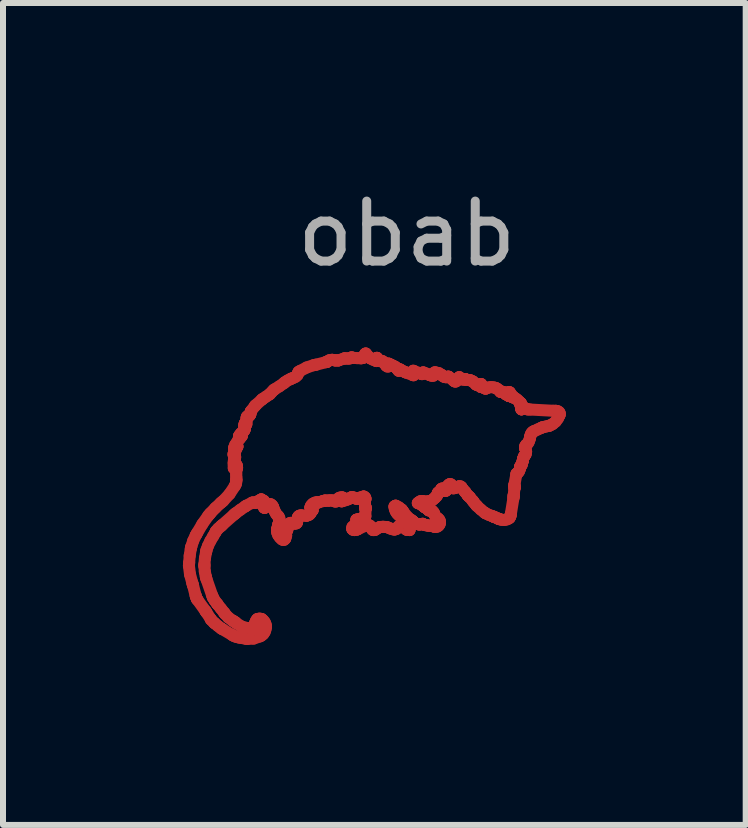
<source format=kicad_pcb>
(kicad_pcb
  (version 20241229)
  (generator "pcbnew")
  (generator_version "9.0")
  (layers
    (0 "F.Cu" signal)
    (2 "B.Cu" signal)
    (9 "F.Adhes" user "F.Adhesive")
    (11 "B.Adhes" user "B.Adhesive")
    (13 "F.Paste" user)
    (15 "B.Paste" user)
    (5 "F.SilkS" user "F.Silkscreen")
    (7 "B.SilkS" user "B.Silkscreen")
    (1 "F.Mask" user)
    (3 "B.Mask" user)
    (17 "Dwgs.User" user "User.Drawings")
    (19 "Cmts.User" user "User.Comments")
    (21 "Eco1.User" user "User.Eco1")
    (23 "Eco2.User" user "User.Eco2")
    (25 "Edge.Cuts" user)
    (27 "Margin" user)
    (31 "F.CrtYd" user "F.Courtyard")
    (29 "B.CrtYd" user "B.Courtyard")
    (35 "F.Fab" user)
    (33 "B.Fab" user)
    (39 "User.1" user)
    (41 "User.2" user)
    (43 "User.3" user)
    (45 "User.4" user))
  (footprint "obab"
    (layer "F.Cu")
    (at 3.231 4.348)
    (property "Reference" "obab" (at 0.5 -3.5 0) (layer "F.Fab") (effects (font (size 1 1) (thickness 0.15))))
    (attr through_hole)
    (fp_line (start -3.131 2.035) (end -3.113 2.179) (stroke (width 0.2) (type solid)) (layer "F.Cu"))
    (fp_line (start -3.129 2.006) (end -3.131 2.035) (stroke (width 0.2) (type solid)) (layer "F.Cu"))
    (fp_line (start -3.127 1.982) (end -3.129 2.006) (stroke (width 0.2) (type solid)) (layer "F.Cu"))
    (fp_line (start -3.118 1.866) (end -3.127 1.982) (stroke (width 0.2) (type solid)) (layer "F.Cu"))
    (fp_line (start -3.113 2.179) (end -3.075 2.32) (stroke (width 0.2) (type solid)) (layer "F.Cu"))
    (fp_line (start -3.1 1.752) (end -3.118 1.866) (stroke (width 0.2) (type solid)) (layer "F.Cu"))
    (fp_line (start -3.095 1.73) (end -3.1 1.752) (stroke (width 0.2) (type solid)) (layer "F.Cu"))
    (fp_line (start -3.09 1.712) (end -3.095 1.73) (stroke (width 0.2) (type solid)) (layer "F.Cu"))
    (fp_line (start -3.075 2.32) (end -3.067 2.348) (stroke (width 0.2) (type solid)) (layer "F.Cu"))
    (fp_line (start -3.067 2.348) (end -3.062 2.364) (stroke (width 0.2) (type solid)) (layer "F.Cu"))
    (fp_line (start -3.062 2.364) (end -3.02 2.529) (stroke (width 0.2) (type solid)) (layer "F.Cu"))
    (fp_line (start -3.06 1.62) (end -3.09 1.712) (stroke (width 0.2) (type solid)) (layer "F.Cu"))
    (fp_line (start -3.02 2.529) (end -3.015 2.546) (stroke (width 0.2) (type solid)) (layer "F.Cu"))
    (fp_line (start -3.019 1.531) (end -3.06 1.62) (stroke (width 0.2) (type solid)) (layer "F.Cu"))
    (fp_line (start -3.015 2.546) (end -3.014 2.55) (stroke (width 0.2) (type solid)) (layer "F.Cu"))
    (fp_line (start -3.014 2.55) (end -3 2.587) (stroke (width 0.2) (type solid)) (layer "F.Cu"))
    (fp_line (start -3.009 1.514) (end -3.019 1.531) (stroke (width 0.2) (type solid)) (layer "F.Cu"))
    (fp_line (start -3 2.587) (end -2.997 2.59) (stroke (width 0.2) (type solid)) (layer "F.Cu"))
    (fp_line (start -2.997 2.59) (end -2.985 2.608) (stroke (width 0.2) (type solid)) (layer "F.Cu"))
    (fp_line (start -2.992 1.484) (end -3.009 1.514) (stroke (width 0.2) (type solid)) (layer "F.Cu"))
    (fp_line (start -2.985 2.608) (end -2.859 2.784) (stroke (width 0.2) (type solid)) (layer "F.Cu"))
    (fp_line (start -2.907 1.34) (end -2.992 1.484) (stroke (width 0.2) (type solid)) (layer "F.Cu"))
    (fp_line (start -2.873 2.009) (end -2.864 1.91) (stroke (width 0.2) (type solid)) (layer "F.Cu"))
    (fp_line (start -2.873 2.029) (end -2.873 2.009) (stroke (width 0.2) (type solid)) (layer "F.Cu"))
    (fp_line (start -2.873 2.046) (end -2.873 2.029) (stroke (width 0.2) (type solid)) (layer "F.Cu"))
    (fp_line (start -2.866 2.131) (end -2.873 2.046) (stroke (width 0.2) (type solid)) (layer "F.Cu"))
    (fp_line (start -2.864 1.91) (end -2.846 1.81) (stroke (width 0.2) (type solid)) (layer "F.Cu"))
    (fp_line (start -2.859 2.784) (end -2.847 2.802) (stroke (width 0.2) (type solid)) (layer "F.Cu"))
    (fp_line (start -2.85 2.214) (end -2.866 2.131) (stroke (width 0.2) (type solid)) (layer "F.Cu"))
    (fp_line (start -2.847 2.802) (end -2.839 2.813) (stroke (width 0.2) (type solid)) (layer "F.Cu"))
    (fp_line (start -2.846 1.81) (end -2.841 1.791) (stroke (width 0.2) (type solid)) (layer "F.Cu"))
    (fp_line (start -2.846 2.23) (end -2.85 2.214) (stroke (width 0.2) (type solid)) (layer "F.Cu"))
    (fp_line (start -2.841 1.791) (end -2.837 1.768) (stroke (width 0.2) (type solid)) (layer "F.Cu"))
    (fp_line (start -2.839 2.813) (end -2.769 2.922) (stroke (width 0.2) (type solid)) (layer "F.Cu"))
    (fp_line (start -2.838 2.258) (end -2.846 2.23) (stroke (width 0.2) (type solid)) (layer "F.Cu"))
    (fp_line (start -2.837 1.768) (end -2.813 1.703) (stroke (width 0.2) (type solid)) (layer "F.Cu"))
    (fp_line (start -2.813 1.703) (end -2.774 1.622) (stroke (width 0.2) (type solid)) (layer "F.Cu"))
    (fp_line (start -2.81 1.202) (end -2.907 1.34) (stroke (width 0.2) (type solid)) (layer "F.Cu"))
    (fp_line (start -2.787 1.176) (end -2.81 1.202) (stroke (width 0.2) (type solid)) (layer "F.Cu"))
    (fp_line (start -2.774 1.622) (end -2.728 1.544) (stroke (width 0.2) (type solid)) (layer "F.Cu"))
    (fp_line (start -2.772 1.158) (end -2.787 1.176) (stroke (width 0.2) (type solid)) (layer "F.Cu"))
    (fp_line (start -2.769 2.922) (end -2.762 2.933) (stroke (width 0.2) (type solid)) (layer "F.Cu"))
    (fp_line (start -2.762 2.933) (end -2.758 2.938) (stroke (width 0.2) (type solid)) (layer "F.Cu"))
    (fp_line (start -2.758 2.938) (end -2.713 2.984) (stroke (width 0.2) (type solid)) (layer "F.Cu"))
    (fp_line (start -2.744 2.529) (end -2.838 2.258) (stroke (width 0.2) (type solid)) (layer "F.Cu"))
    (fp_line (start -2.734 2.555) (end -2.744 2.529) (stroke (width 0.2) (type solid)) (layer "F.Cu"))
    (fp_line (start -2.73 2.566) (end -2.734 2.555) (stroke (width 0.2) (type solid)) (layer "F.Cu"))
    (fp_line (start -2.728 1.544) (end -2.694 1.486) (stroke (width 0.2) (type solid)) (layer "F.Cu"))
    (fp_line (start -2.713 2.984) (end -2.709 2.988) (stroke (width 0.2) (type solid)) (layer "F.Cu"))
    (fp_line (start -2.709 2.988) (end -2.699 2.996) (stroke (width 0.2) (type solid)) (layer "F.Cu"))
    (fp_line (start -2.7 2.616) (end -2.73 2.566) (stroke (width 0.2) (type solid)) (layer "F.Cu"))
    (fp_line (start -2.699 2.996) (end -2.648 3.038) (stroke (width 0.2) (type solid)) (layer "F.Cu"))
    (fp_line (start -2.694 1.486) (end -2.684 1.466) (stroke (width 0.2) (type solid)) (layer "F.Cu"))
    (fp_line (start -2.69 1.071) (end -2.772 1.158) (stroke (width 0.2) (type solid)) (layer "F.Cu"))
    (fp_line (start -2.684 1.466) (end -2.679 1.456) (stroke (width 0.2) (type solid)) (layer "F.Cu"))
    (fp_line (start -2.679 1.456) (end -2.643 1.415) (stroke (width 0.2) (type solid)) (layer "F.Cu"))
    (fp_line (start -2.665 2.663) (end -2.7 2.616) (stroke (width 0.2) (type solid)) (layer "F.Cu"))
    (fp_line (start -2.658 2.672) (end -2.665 2.663) (stroke (width 0.2) (type solid)) (layer "F.Cu"))
    (fp_line (start -2.648 3.038) (end -2.597 3.077) (stroke (width 0.2) (type solid)) (layer "F.Cu"))
    (fp_line (start -2.648 2.685) (end -2.658 2.672) (stroke (width 0.2) (type solid)) (layer "F.Cu"))
    (fp_line (start -2.643 1.415) (end -2.6 1.377) (stroke (width 0.2) (type solid)) (layer "F.Cu"))
    (fp_line (start -2.603 0.99) (end -2.69 1.071) (stroke (width 0.2) (type solid)) (layer "F.Cu"))
    (fp_line (start -2.6 1.377) (end -2.592 1.37) (stroke (width 0.2) (type solid)) (layer "F.Cu"))
    (fp_line (start -2.598 2.748) (end -2.648 2.685) (stroke (width 0.2) (type solid)) (layer "F.Cu"))
    (fp_line (start -2.597 3.077) (end -2.586 3.084) (stroke (width 0.2) (type solid)) (layer "F.Cu"))
    (fp_line (start -2.592 1.37) (end -2.573 1.353) (stroke (width 0.2) (type solid)) (layer "F.Cu"))
    (fp_line (start -2.586 3.084) (end -2.57 3.094) (stroke (width 0.2) (type solid)) (layer "F.Cu"))
    (fp_line (start -2.584 0.974) (end -2.603 0.99) (stroke (width 0.2) (type solid)) (layer "F.Cu"))
    (fp_line (start -2.573 1.353) (end -2.383 1.185) (stroke (width 0.2) (type solid)) (layer "F.Cu"))
    (fp_line (start -2.57 3.094) (end -2.409 3.189) (stroke (width 0.2) (type solid)) (layer "F.Cu"))
    (fp_line (start -2.56 0.954) (end -2.584 0.974) (stroke (width 0.2) (type solid)) (layer "F.Cu"))
    (fp_line (start -2.548 2.811) (end -2.598 2.748) (stroke (width 0.2) (type solid)) (layer "F.Cu"))
    (fp_line (start -2.539 2.824) (end -2.548 2.811) (stroke (width 0.2) (type solid)) (layer "F.Cu"))
    (fp_line (start -2.529 2.838) (end -2.539 2.824) (stroke (width 0.2) (type solid)) (layer "F.Cu"))
    (fp_line (start -2.473 2.898) (end -2.529 2.838) (stroke (width 0.2) (type solid)) (layer "F.Cu"))
    (fp_line (start -2.454 0.839) (end -2.56 0.954) (stroke (width 0.2) (type solid)) (layer "F.Cu"))
    (fp_line (start -2.409 3.189) (end -2.393 3.198) (stroke (width 0.2) (type solid)) (layer "F.Cu"))
    (fp_line (start -2.408 2.946) (end -2.473 2.898) (stroke (width 0.2) (type solid)) (layer "F.Cu"))
    (fp_line (start -2.394 2.954) (end -2.408 2.946) (stroke (width 0.2) (type solid)) (layer "F.Cu"))
    (fp_line (start -2.393 3.198) (end -2.381 3.205) (stroke (width 0.2) (type solid)) (layer "F.Cu"))
    (fp_line (start -2.391 2.956) (end -2.394 2.954) (stroke (width 0.2) (type solid)) (layer "F.Cu"))
    (fp_line (start -2.388 0.172) (end -2.385 0.191) (stroke (width 0.2) (type solid)) (layer "F.Cu"))
    (fp_line (start -2.385 0.191) (end -2.371 0.206) (stroke (width 0.2) (type solid)) (layer "F.Cu"))
    (fp_line (start -2.385 0.32) (end -2.383 0.363) (stroke (width 0.2) (type solid)) (layer "F.Cu"))
    (fp_line (start -2.383 0.363) (end -2.382 0.396) (stroke (width 0.2) (type solid)) (layer "F.Cu"))
    (fp_line (start -2.383 0.408) (end -2.379 0.403) (stroke (width 0.2) (type solid)) (layer "F.Cu"))
    (fp_line (start -2.383 1.185) (end -2.363 1.169) (stroke (width 0.2) (type solid)) (layer "F.Cu"))
    (fp_line (start -2.382 0.396) (end -2.383 0.408) (stroke (width 0.2) (type solid)) (layer "F.Cu"))
    (fp_line (start -2.381 3.205) (end -2.342 3.221) (stroke (width 0.2) (type solid)) (layer "F.Cu"))
    (fp_line (start -2.381 0.279) (end -2.385 0.32) (stroke (width 0.2) (type solid)) (layer "F.Cu"))
    (fp_line (start -2.379 0.153) (end -2.388 0.172) (stroke (width 0.2) (type solid)) (layer "F.Cu"))
    (fp_line (start -2.379 0.403) (end -2.361 0.384) (stroke (width 0.2) (type solid)) (layer "F.Cu"))
    (fp_line (start -2.379 0.082) (end -2.332 0.039) (stroke (width 0.2) (type solid)) (layer "F.Cu"))
    (fp_line (start -2.377 0.066) (end -2.379 0.082) (stroke (width 0.2) (type solid)) (layer "F.Cu"))
    (fp_line (start -2.371 0.206) (end -2.365 0.21) (stroke (width 0.2) (type solid)) (layer "F.Cu"))
    (fp_line (start -2.369 0.248) (end -2.381 0.279) (stroke (width 0.2) (type solid)) (layer "F.Cu"))
    (fp_line (start -2.369 0.138) (end -2.379 0.153) (stroke (width 0.2) (type solid)) (layer "F.Cu"))
    (fp_line (start -2.368 0.709) (end -2.454 0.839) (stroke (width 0.2) (type solid)) (layer "F.Cu"))
    (fp_line (start -2.366 0.133) (end -2.369 0.138) (stroke (width 0.2) (type solid)) (layer "F.Cu"))
    (fp_line (start -2.365 0.21) (end -2.364 0.211) (stroke (width 0.2) (type solid)) (layer "F.Cu"))
    (fp_line (start -2.364 0.211) (end -2.36 0.223) (stroke (width 0.2) (type solid)) (layer "F.Cu"))
    (fp_line (start -2.363 0.24) (end -2.369 0.248) (stroke (width 0.2) (type solid)) (layer "F.Cu"))
    (fp_line (start -2.363 1.169) (end -2.349 1.157) (stroke (width 0.2) (type solid)) (layer "F.Cu"))
    (fp_line (start -2.362 0.238) (end -2.363 0.24) (stroke (width 0.2) (type solid)) (layer "F.Cu"))
    (fp_line (start -2.362 0.126) (end -2.366 0.133) (stroke (width 0.2) (type solid)) (layer "F.Cu"))
    (fp_line (start -2.361 0.384) (end -2.341 0.362) (stroke (width 0.2) (type solid)) (layer "F.Cu"))
    (fp_line (start -2.36 0.223) (end -2.362 0.238) (stroke (width 0.2) (type solid)) (layer "F.Cu"))
    (fp_line (start -2.359 0.019) (end -2.377 0.066) (stroke (width 0.2) (type solid)) (layer "F.Cu"))
    (fp_line (start -2.359 2.975) (end -2.391 2.956) (stroke (width 0.2) (type solid)) (layer "F.Cu"))
    (fp_line (start -2.356 2.978) (end -2.359 2.975) (stroke (width 0.2) (type solid)) (layer "F.Cu"))
    (fp_line (start -2.354 0.681) (end -2.368 0.709) (stroke (width 0.2) (type solid)) (layer "F.Cu"))
    (fp_line (start -2.351 0.675) (end -2.354 0.681) (stroke (width 0.2) (type solid)) (layer "F.Cu"))
    (fp_line (start -2.349 1.157) (end -2.275 1.102) (stroke (width 0.2) (type solid)) (layer "F.Cu"))
    (fp_line (start -2.343 0.644) (end -2.351 0.675) (stroke (width 0.2) (type solid)) (layer "F.Cu"))
    (fp_line (start -2.343 0.504) (end -2.341 0.555) (stroke (width 0.2) (type solid)) (layer "F.Cu"))
    (fp_line (start -2.343 0.09) (end -2.362 0.126) (stroke (width 0.2) (type solid)) (layer "F.Cu"))
    (fp_line (start -2.342 3.221) (end -2.288 3.234) (stroke (width 0.2) (type solid)) (layer "F.Cu"))
    (fp_line (start -2.341 0.555) (end -2.34 0.593) (stroke (width 0.2) (type solid)) (layer "F.Cu"))
    (fp_line (start -2.341 0.362) (end -2.336 0.357) (stroke (width 0.2) (type solid)) (layer "F.Cu"))
    (fp_line (start -2.341 0.453) (end -2.343 0.504) (stroke (width 0.2) (type solid)) (layer "F.Cu"))
    (fp_line (start -2.341 0.612) (end -2.343 0.644) (stroke (width 0.2) (type solid)) (layer "F.Cu"))
    (fp_line (start -2.34 0.606) (end -2.341 0.612) (stroke (width 0.2) (type solid)) (layer "F.Cu"))
    (fp_line (start -2.34 0.593) (end -2.34 0.606) (stroke (width 0.2) (type solid)) (layer "F.Cu"))
    (fp_line (start -2.34 2.993) (end -2.356 2.978) (stroke (width 0.2) (type solid)) (layer "F.Cu"))
    (fp_line (start -2.336 0.357) (end -2.335 0.362) (stroke (width 0.2) (type solid)) (layer "F.Cu"))
    (fp_line (start -2.335 0.362) (end -2.33 0.384) (stroke (width 0.2) (type solid)) (layer "F.Cu"))
    (fp_line (start -2.334 0.415) (end -2.341 0.453) (stroke (width 0.2) (type solid)) (layer "F.Cu"))
    (fp_line (start -2.332 0.039) (end -2.331 0.04) (stroke (width 0.2) (type solid)) (layer "F.Cu"))
    (fp_line (start -2.331 0.04) (end -2.323 0.044) (stroke (width 0.2) (type solid)) (layer "F.Cu"))
    (fp_line (start -2.33 0.384) (end -2.328 0.401) (stroke (width 0.2) (type solid)) (layer "F.Cu"))
    (fp_line (start -2.329 0.403) (end -2.334 0.415) (stroke (width 0.2) (type solid)) (layer "F.Cu"))
    (fp_line (start -2.328 0.401) (end -2.329 0.403) (stroke (width 0.2) (type solid)) (layer "F.Cu"))
    (fp_line (start -2.326 0.052) (end -2.343 0.09) (stroke (width 0.2) (type solid)) (layer "F.Cu"))
    (fp_line (start -2.324 -0.034) (end -2.359 0.019) (stroke (width 0.2) (type solid)) (layer "F.Cu"))
    (fp_line (start -2.323 0.044) (end -2.322 0.045) (stroke (width 0.2) (type solid)) (layer "F.Cu"))
    (fp_line (start -2.322 0.045) (end -2.326 0.052) (stroke (width 0.2) (type solid)) (layer "F.Cu"))
    (fp_line (start -2.298 -0.103) (end -2.293 -0.107) (stroke (width 0.2) (type solid)) (layer "F.Cu"))
    (fp_line (start -2.297 -0.106) (end -2.298 -0.103) (stroke (width 0.2) (type solid)) (layer "F.Cu"))
    (fp_line (start -2.296 -0.118) (end -2.297 -0.106) (stroke (width 0.2) (type solid)) (layer "F.Cu"))
    (fp_line (start -2.294 -0.126) (end -2.296 -0.118) (stroke (width 0.2) (type solid)) (layer "F.Cu"))
    (fp_line (start -2.294 -0.127) (end -2.294 -0.126) (stroke (width 0.2) (type solid)) (layer "F.Cu"))
    (fp_line (start -2.293 -0.107) (end -2.275 -0.124) (stroke (width 0.2) (type solid)) (layer "F.Cu"))
    (fp_line (start -2.291 -0.137) (end -2.294 -0.127) (stroke (width 0.2) (type solid)) (layer "F.Cu"))
    (fp_line (start -2.288 3.234) (end -2.233 3.242) (stroke (width 0.2) (type solid)) (layer "F.Cu"))
    (fp_line (start -2.284 -0.083) (end -2.324 -0.034) (stroke (width 0.2) (type solid)) (layer "F.Cu"))
    (fp_line (start -2.275 -0.124) (end -2.26 -0.139) (stroke (width 0.2) (type solid)) (layer "F.Cu"))
    (fp_line (start -2.275 1.102) (end -2.198 1.049) (stroke (width 0.2) (type solid)) (layer "F.Cu"))
    (fp_line (start -2.265 -0.173) (end -2.291 -0.137) (stroke (width 0.2) (type solid)) (layer "F.Cu"))
    (fp_line (start -2.26 -0.139) (end -2.257 -0.142) (stroke (width 0.2) (type solid)) (layer "F.Cu"))
    (fp_line (start -2.257 -0.142) (end -2.256 -0.141) (stroke (width 0.2) (type solid)) (layer "F.Cu"))
    (fp_line (start -2.256 -0.141) (end -2.248 -0.135) (stroke (width 0.2) (type solid)) (layer "F.Cu"))
    (fp_line (start -2.255 -0.121) (end -2.284 -0.083) (stroke (width 0.2) (type solid)) (layer "F.Cu"))
    (fp_line (start -2.25 3.049) (end -2.34 2.993) (stroke (width 0.2) (type solid)) (layer "F.Cu"))
    (fp_line (start -2.248 -0.135) (end -2.247 -0.134) (stroke (width 0.2) (type solid)) (layer "F.Cu"))
    (fp_line (start -2.247 -0.134) (end -2.255 -0.121) (stroke (width 0.2) (type solid)) (layer "F.Cu"))
    (fp_line (start -2.233 3.242) (end -2.191 3.248) (stroke (width 0.2) (type solid)) (layer "F.Cu"))
    (fp_line (start -2.231 -0.201) (end -2.265 -0.173) (stroke (width 0.2) (type solid)) (layer "F.Cu"))
    (fp_line (start -2.223 -0.206) (end -2.231 -0.201) (stroke (width 0.2) (type solid)) (layer "F.Cu"))
    (fp_line (start -2.221 -0.208) (end -2.223 -0.206) (stroke (width 0.2) (type solid)) (layer "F.Cu"))
    (fp_line (start -2.214 -0.214) (end -2.221 -0.208) (stroke (width 0.2) (type solid)) (layer "F.Cu"))
    (fp_line (start -2.212 -0.265) (end -2.205 -0.249) (stroke (width 0.2) (type solid)) (layer "F.Cu"))
    (fp_line (start -2.21 -0.281) (end -2.212 -0.265) (stroke (width 0.2) (type solid)) (layer "F.Cu"))
    (fp_line (start -2.207 -0.226) (end -2.214 -0.214) (stroke (width 0.2) (type solid)) (layer "F.Cu"))
    (fp_line (start -2.205 -0.249) (end -2.202 -0.245) (stroke (width 0.2) (type solid)) (layer "F.Cu"))
    (fp_line (start -2.205 -0.319) (end -2.202 -0.32) (stroke (width 0.2) (type solid)) (layer "F.Cu"))
    (fp_line (start -2.204 -0.322) (end -2.205 -0.319) (stroke (width 0.2) (type solid)) (layer "F.Cu"))
    (fp_line (start -2.202 -0.32) (end -2.177 -0.326) (stroke (width 0.2) (type solid)) (layer "F.Cu"))
    (fp_line (start -2.202 -0.237) (end -2.207 -0.226) (stroke (width 0.2) (type solid)) (layer "F.Cu"))
    (fp_line (start -2.202 -0.245) (end -2.201 -0.244) (stroke (width 0.2) (type solid)) (layer "F.Cu"))
    (fp_line (start -2.201 -0.244) (end -2.202 -0.237) (stroke (width 0.2) (type solid)) (layer "F.Cu"))
    (fp_line (start -2.2 -0.295) (end -2.21 -0.281) (stroke (width 0.2) (type solid)) (layer "F.Cu"))
    (fp_line (start -2.199 -0.339) (end -2.204 -0.322) (stroke (width 0.2) (type solid)) (layer "F.Cu"))
    (fp_line (start -2.198 1.049) (end -2.182 1.039) (stroke (width 0.2) (type solid)) (layer "F.Cu"))
    (fp_line (start -2.198 -0.34) (end -2.199 -0.339) (stroke (width 0.2) (type solid)) (layer "F.Cu"))
    (fp_line (start -2.191 3.248) (end -2.178 3.251) (stroke (width 0.2) (type solid)) (layer "F.Cu"))
    (fp_line (start -2.191 -0.305) (end -2.2 -0.295) (stroke (width 0.2) (type solid)) (layer "F.Cu"))
    (fp_line (start -2.19 -0.345) (end -2.198 -0.34) (stroke (width 0.2) (type solid)) (layer "F.Cu"))
    (fp_line (start -2.187 -0.308) (end -2.191 -0.305) (stroke (width 0.2) (type solid)) (layer "F.Cu"))
    (fp_line (start -2.186 -0.309) (end -2.187 -0.308) (stroke (width 0.2) (type solid)) (layer "F.Cu"))
    (fp_line (start -2.182 1.039) (end -2.174 1.033) (stroke (width 0.2) (type solid)) (layer "F.Cu"))
    (fp_line (start -2.178 3.251) (end -2.156 3.255) (stroke (width 0.2) (type solid)) (layer "F.Cu"))
    (fp_line (start -2.177 -0.326) (end -2.174 -0.327) (stroke (width 0.2) (type solid)) (layer "F.Cu"))
    (fp_line (start -2.175 -0.324) (end -2.186 -0.309) (stroke (width 0.2) (type solid)) (layer "F.Cu"))
    (fp_line (start -2.174 1.033) (end -2.081 0.985) (stroke (width 0.2) (type solid)) (layer "F.Cu"))
    (fp_line (start -2.174 -0.327) (end -2.175 -0.324) (stroke (width 0.2) (type solid)) (layer "F.Cu"))
    (fp_line (start -2.17 -0.377) (end -2.19 -0.345) (stroke (width 0.2) (type solid)) (layer "F.Cu"))
    (fp_line (start -2.169 -0.428) (end -2.168 -0.424) (stroke (width 0.2) (type solid)) (layer "F.Cu"))
    (fp_line (start -2.168 -0.424) (end -2.167 -0.415) (stroke (width 0.2) (type solid)) (layer "F.Cu"))
    (fp_line (start -2.168 -0.439) (end -2.169 -0.428) (stroke (width 0.2) (type solid)) (layer "F.Cu"))
    (fp_line (start -2.167 -0.415) (end -2.17 -0.377) (stroke (width 0.2) (type solid)) (layer "F.Cu"))
    (fp_line (start -2.163 -0.452) (end -2.168 -0.439) (stroke (width 0.2) (type solid)) (layer "F.Cu"))
    (fp_line (start -2.156 3.255) (end -2.053 3.249) (stroke (width 0.2) (type solid)) (layer "F.Cu"))
    (fp_line (start -2.151 -0.461) (end -2.163 -0.452) (stroke (width 0.2) (type solid)) (layer "F.Cu"))
    (fp_line (start -2.149 3.076) (end -2.25 3.049) (stroke (width 0.2) (type solid)) (layer "F.Cu"))
    (fp_line (start -2.136 -0.462) (end -2.151 -0.461) (stroke (width 0.2) (type solid)) (layer "F.Cu"))
    (fp_line (start -2.131 -0.462) (end -2.136 -0.462) (stroke (width 0.2) (type solid)) (layer "F.Cu"))
    (fp_line (start -2.129 -0.462) (end -2.131 -0.462) (stroke (width 0.2) (type solid)) (layer "F.Cu"))
    (fp_line (start -2.126 3.076) (end -2.149 3.076) (stroke (width 0.2) (type solid)) (layer "F.Cu"))
    (fp_line (start -2.119 -0.471) (end -2.129 -0.462) (stroke (width 0.2) (type solid)) (layer "F.Cu"))
    (fp_line (start -2.118 3.075) (end -2.126 3.076) (stroke (width 0.2) (type solid)) (layer "F.Cu"))
    (fp_line (start -2.109 -0.487) (end -2.119 -0.471) (stroke (width 0.2) (type solid)) (layer "F.Cu"))
    (fp_line (start -2.108 -0.49) (end -2.109 -0.487) (stroke (width 0.2) (type solid)) (layer "F.Cu"))
    (fp_line (start -2.107 -0.494) (end -2.108 -0.49) (stroke (width 0.2) (type solid)) (layer "F.Cu"))
    (fp_line (start -2.105 -0.515) (end -2.107 -0.494) (stroke (width 0.2) (type solid)) (layer "F.Cu"))
    (fp_line (start -2.101 -0.535) (end -2.105 -0.515) (stroke (width 0.2) (type solid)) (layer "F.Cu"))
    (fp_line (start -2.099 -0.538) (end -2.101 -0.535) (stroke (width 0.2) (type solid)) (layer "F.Cu"))
    (fp_line (start -2.093 -0.547) (end -2.099 -0.538) (stroke (width 0.2) (type solid)) (layer "F.Cu"))
    (fp_line (start -2.081 0.985) (end -2.072 0.982) (stroke (width 0.2) (type solid)) (layer "F.Cu"))
    (fp_line (start -2.077 3.068) (end -2.118 3.075) (stroke (width 0.2) (type solid)) (layer "F.Cu"))
    (fp_line (start -2.072 0.982) (end -2.067 0.98) (stroke (width 0.2) (type solid)) (layer "F.Cu"))
    (fp_line (start -2.067 0.98) (end -2.042 0.981) (stroke (width 0.2) (type solid)) (layer "F.Cu"))
    (fp_line (start -2.053 3.249) (end -1.955 3.215) (stroke (width 0.2) (type solid)) (layer "F.Cu"))
    (fp_line (start -2.042 0.981) (end -2.016 0.983) (stroke (width 0.2) (type solid)) (layer "F.Cu"))
    (fp_line (start -2.039 3.053) (end -2.077 3.068) (stroke (width 0.2) (type solid)) (layer "F.Cu"))
    (fp_line (start -2.033 -0.627) (end -2.093 -0.547) (stroke (width 0.2) (type solid)) (layer "F.Cu"))
    (fp_line (start -2.033 3.049) (end -2.039 3.053) (stroke (width 0.2) (type solid)) (layer "F.Cu"))
    (fp_line (start -2.03 3.048) (end -2.033 3.049) (stroke (width 0.2) (type solid)) (layer "F.Cu"))
    (fp_line (start -2.027 3.038) (end -2.03 3.048) (stroke (width 0.2) (type solid)) (layer "F.Cu"))
    (fp_line (start -2.026 -0.634) (end -2.033 -0.627) (stroke (width 0.2) (type solid)) (layer "F.Cu"))
    (fp_line (start -2.026 3.021) (end -2.027 3.038) (stroke (width 0.2) (type solid)) (layer "F.Cu"))
    (fp_line (start -2.025 3) (end -2.026 3.021) (stroke (width 0.2) (type solid)) (layer "F.Cu"))
    (fp_line (start -2.024 2.986) (end -2.025 3) (stroke (width 0.2) (type solid)) (layer "F.Cu"))
    (fp_line (start -2.023 2.982) (end -2.024 2.986) (stroke (width 0.2) (type solid)) (layer "F.Cu"))
    (fp_line (start -2.021 2.976) (end -2.023 2.982) (stroke (width 0.2) (type solid)) (layer "F.Cu"))
    (fp_line (start -2.017 -0.644) (end -2.026 -0.634) (stroke (width 0.2) (type solid)) (layer "F.Cu"))
    (fp_line (start -2.016 0.983) (end -2.011 0.983) (stroke (width 0.2) (type solid)) (layer "F.Cu"))
    (fp_line (start -2.011 0.983) (end -2.008 0.982) (stroke (width 0.2) (type solid)) (layer "F.Cu"))
    (fp_line (start -2.01 2.949) (end -2.021 2.976) (stroke (width 0.2) (type solid)) (layer "F.Cu"))
    (fp_line (start -2.008 0.982) (end -1.995 0.974) (stroke (width 0.2) (type solid)) (layer "F.Cu"))
    (fp_line (start -1.995 0.974) (end -1.982 0.962) (stroke (width 0.2) (type solid)) (layer "F.Cu"))
    (fp_line (start -1.994 2.927) (end -2.01 2.949) (stroke (width 0.2) (type solid)) (layer "F.Cu"))
    (fp_line (start -1.989 2.925) (end -1.994 2.927) (stroke (width 0.2) (type solid)) (layer "F.Cu"))
    (fp_line (start -1.985 2.922) (end -1.989 2.925) (stroke (width 0.2) (type solid)) (layer "F.Cu"))
    (fp_line (start -1.982 0.962) (end -1.979 0.961) (stroke (width 0.2) (type solid)) (layer "F.Cu"))
    (fp_line (start -1.979 0.961) (end -1.975 0.958) (stroke (width 0.2) (type solid)) (layer "F.Cu"))
    (fp_line (start -1.975 0.958) (end -1.93 0.931) (stroke (width 0.2) (type solid)) (layer "F.Cu"))
    (fp_line (start -1.955 3.215) (end -1.935 3.205) (stroke (width 0.2) (type solid)) (layer "F.Cu"))
    (fp_line (start -1.954 2.916) (end -1.985 2.922) (stroke (width 0.2) (type solid)) (layer "F.Cu"))
    (fp_line (start -1.935 3.205) (end -1.924 3.2) (stroke (width 0.2) (type solid)) (layer "F.Cu"))
    (fp_line (start -1.93 0.931) (end -1.925 0.928) (stroke (width 0.2) (type solid)) (layer "F.Cu"))
    (fp_line (start -1.929 0.976) (end -1.925 0.974) (stroke (width 0.2) (type solid)) (layer "F.Cu"))
    (fp_line (start -1.928 0.973) (end -1.929 0.976) (stroke (width 0.2) (type solid)) (layer "F.Cu"))
    (fp_line (start -1.925 0.928) (end -1.924 0.929) (stroke (width 0.2) (type solid)) (layer "F.Cu"))
    (fp_line (start -1.925 0.974) (end -1.885 0.955) (stroke (width 0.2) (type solid)) (layer "F.Cu"))
    (fp_line (start -1.925 2.921) (end -1.954 2.916) (stroke (width 0.2) (type solid)) (layer "F.Cu"))
    (fp_line (start -1.924 0.929) (end -1.917 0.936) (stroke (width 0.2) (type solid)) (layer "F.Cu"))
    (fp_line (start -1.924 3.2) (end -1.893 3.175) (stroke (width 0.2) (type solid)) (layer "F.Cu"))
    (fp_line (start -1.921 2.923) (end -1.925 2.921) (stroke (width 0.2) (type solid)) (layer "F.Cu"))
    (fp_line (start -1.918 -0.733) (end -2.017 -0.644) (stroke (width 0.2) (type solid)) (layer "F.Cu"))
    (fp_line (start -1.917 0.94) (end -1.928 0.973) (stroke (width 0.2) (type solid)) (layer "F.Cu"))
    (fp_line (start -1.917 0.936) (end -1.916 0.936) (stroke (width 0.2) (type solid)) (layer "F.Cu"))
    (fp_line (start -1.916 0.936) (end -1.917 0.94) (stroke (width 0.2) (type solid)) (layer "F.Cu"))
    (fp_line (start -1.913 2.928) (end -1.921 2.923) (stroke (width 0.2) (type solid)) (layer "F.Cu"))
    (fp_line (start -1.908 -0.741) (end -1.918 -0.733) (stroke (width 0.2) (type solid)) (layer "F.Cu"))
    (fp_line (start -1.898 -0.749) (end -1.908 -0.741) (stroke (width 0.2) (type solid)) (layer "F.Cu"))
    (fp_line (start -1.893 3.175) (end -1.868 3.138) (stroke (width 0.2) (type solid)) (layer "F.Cu"))
    (fp_line (start -1.891 2.947) (end -1.913 2.928) (stroke (width 0.2) (type solid)) (layer "F.Cu"))
    (fp_line (start -1.885 0.955) (end -1.881 0.953) (stroke (width 0.2) (type solid)) (layer "F.Cu"))
    (fp_line (start -1.881 0.953) (end -1.88 0.965) (stroke (width 0.2) (type solid)) (layer "F.Cu"))
    (fp_line (start -1.88 0.965) (end -1.879 1.015) (stroke (width 0.2) (type solid)) (layer "F.Cu"))
    (fp_line (start -1.879 1.015) (end -1.878 1.058) (stroke (width 0.2) (type solid)) (layer "F.Cu"))
    (fp_line (start -1.878 1.058) (end -1.877 1.066) (stroke (width 0.2) (type solid)) (layer "F.Cu"))
    (fp_line (start -1.877 1.066) (end -1.877 1.066) (stroke (width 0.2) (type solid)) (layer "F.Cu"))
    (fp_line (start -1.877 1.066) (end -1.867 1.068) (stroke (width 0.2) (type solid)) (layer "F.Cu"))
    (fp_line (start -1.868 2.976) (end -1.891 2.947) (stroke (width 0.2) (type solid)) (layer "F.Cu"))
    (fp_line (start -1.868 3.138) (end -1.854 3.094) (stroke (width 0.2) (type solid)) (layer "F.Cu"))
    (fp_line (start -1.867 1.068) (end -1.866 1.068) (stroke (width 0.2) (type solid)) (layer "F.Cu"))
    (fp_line (start -1.866 1.068) (end -1.863 1.064) (stroke (width 0.2) (type solid)) (layer "F.Cu"))
    (fp_line (start -1.863 1.064) (end -1.826 1.03) (stroke (width 0.2) (type solid)) (layer "F.Cu"))
    (fp_line (start -1.854 3.094) (end -1.85 3.059) (stroke (width 0.2) (type solid)) (layer "F.Cu"))
    (fp_line (start -1.854 3.01) (end -1.868 2.976) (stroke (width 0.2) (type solid)) (layer "F.Cu"))
    (fp_line (start -1.85 3.059) (end -1.849 3.047) (stroke (width 0.2) (type solid)) (layer "F.Cu"))
    (fp_line (start -1.849 3.047) (end -1.849 3.038) (stroke (width 0.2) (type solid)) (layer "F.Cu"))
    (fp_line (start -1.849 3.038) (end -1.854 3.01) (stroke (width 0.2) (type solid)) (layer "F.Cu"))
    (fp_line (start -1.846 -0.784) (end -1.898 -0.749) (stroke (width 0.2) (type solid)) (layer "F.Cu"))
    (fp_line (start -1.826 1.03) (end -1.822 1.027) (stroke (width 0.2) (type solid)) (layer "F.Cu"))
    (fp_line (start -1.822 1.027) (end -1.816 1.021) (stroke (width 0.2) (type solid)) (layer "F.Cu"))
    (fp_line (start -1.816 1.021) (end -1.795 1.009) (stroke (width 0.2) (type solid)) (layer "F.Cu"))
    (fp_line (start -1.795 1.009) (end -1.771 1.008) (stroke (width 0.2) (type solid)) (layer "F.Cu"))
    (fp_line (start -1.793 -0.819) (end -1.846 -0.784) (stroke (width 0.2) (type solid)) (layer "F.Cu"))
    (fp_line (start -1.783 -0.827) (end -1.793 -0.819) (stroke (width 0.2) (type solid)) (layer "F.Cu"))
    (fp_line (start -1.777 -0.832) (end -1.783 -0.827) (stroke (width 0.2) (type solid)) (layer "F.Cu"))
    (fp_line (start -1.771 1.008) (end -1.75 1.022) (stroke (width 0.2) (type solid)) (layer "F.Cu"))
    (fp_line (start -1.75 1.022) (end -1.735 1.043) (stroke (width 0.2) (type solid)) (layer "F.Cu"))
    (fp_line (start -1.748 -0.864) (end -1.777 -0.832) (stroke (width 0.2) (type solid)) (layer "F.Cu"))
    (fp_line (start -1.735 1.043) (end -1.731 1.05) (stroke (width 0.2) (type solid)) (layer "F.Cu"))
    (fp_line (start -1.731 1.05) (end -1.727 1.06) (stroke (width 0.2) (type solid)) (layer "F.Cu"))
    (fp_line (start -1.727 1.06) (end -1.715 1.091) (stroke (width 0.2) (type solid)) (layer "F.Cu"))
    (fp_line (start -1.719 -0.895) (end -1.748 -0.864) (stroke (width 0.2) (type solid)) (layer "F.Cu"))
    (fp_line (start -1.715 1.091) (end -1.698 1.131) (stroke (width 0.2) (type solid)) (layer "F.Cu"))
    (fp_line (start -1.712 -0.899) (end -1.719 -0.895) (stroke (width 0.2) (type solid)) (layer "F.Cu"))
    (fp_line (start -1.698 -0.91) (end -1.712 -0.899) (stroke (width 0.2) (type solid)) (layer "F.Cu"))
    (fp_line (start -1.698 1.131) (end -1.677 1.17) (stroke (width 0.2) (type solid)) (layer "F.Cu"))
    (fp_line (start -1.677 1.17) (end -1.655 1.197) (stroke (width 0.2) (type solid)) (layer "F.Cu"))
    (fp_line (start -1.663 1.442) (end -1.659 1.48) (stroke (width 0.2) (type solid)) (layer "F.Cu"))
    (fp_line (start -1.662 1.43) (end -1.663 1.442) (stroke (width 0.2) (type solid)) (layer "F.Cu"))
    (fp_line (start -1.661 1.423) (end -1.662 1.43) (stroke (width 0.2) (type solid)) (layer "F.Cu"))
    (fp_line (start -1.659 1.48) (end -1.642 1.524) (stroke (width 0.2) (type solid)) (layer "F.Cu"))
    (fp_line (start -1.655 1.197) (end -1.647 1.205) (stroke (width 0.2) (type solid)) (layer "F.Cu"))
    (fp_line (start -1.647 1.205) (end -1.639 1.211) (stroke (width 0.2) (type solid)) (layer "F.Cu"))
    (fp_line (start -1.643 1.358) (end -1.661 1.423) (stroke (width 0.2) (type solid)) (layer "F.Cu"))
    (fp_line (start -1.642 1.524) (end -1.614 1.563) (stroke (width 0.2) (type solid)) (layer "F.Cu"))
    (fp_line (start -1.642 1.351) (end -1.643 1.358) (stroke (width 0.2) (type solid)) (layer "F.Cu"))
    (fp_line (start -1.639 1.211) (end -1.624 1.238) (stroke (width 0.2) (type solid)) (layer "F.Cu"))
    (fp_line (start -1.639 1.342) (end -1.642 1.351) (stroke (width 0.2) (type solid)) (layer "F.Cu"))
    (fp_line (start -1.63 1.313) (end -1.639 1.342) (stroke (width 0.2) (type solid)) (layer "F.Cu"))
    (fp_line (start -1.624 1.238) (end -1.621 1.274) (stroke (width 0.2) (type solid)) (layer "F.Cu"))
    (fp_line (start -1.624 -0.956) (end -1.698 -0.91) (stroke (width 0.2) (type solid)) (layer "F.Cu"))
    (fp_line (start -1.621 1.274) (end -1.63 1.313) (stroke (width 0.2) (type solid)) (layer "F.Cu"))
    (fp_line (start -1.614 1.563) (end -1.586 1.588) (stroke (width 0.2) (type solid)) (layer "F.Cu"))
    (fp_line (start -1.586 1.588) (end -1.576 1.596) (stroke (width 0.2) (type solid)) (layer "F.Cu"))
    (fp_line (start -1.576 1.596) (end -1.57 1.6) (stroke (width 0.2) (type solid)) (layer "F.Cu"))
    (fp_line (start -1.57 1.6) (end -1.548 1.604) (stroke (width 0.2) (type solid)) (layer "F.Cu"))
    (fp_line (start -1.552 -1.006) (end -1.624 -0.956) (stroke (width 0.2) (type solid)) (layer "F.Cu"))
    (fp_line (start -1.548 1.604) (end -1.531 1.589) (stroke (width 0.2) (type solid)) (layer "F.Cu"))
    (fp_line (start -1.539 -1.017) (end -1.552 -1.006) (stroke (width 0.2) (type solid)) (layer "F.Cu"))
    (fp_line (start -1.537 1.447) (end -1.533 1.447) (stroke (width 0.2) (type solid)) (layer "F.Cu"))
    (fp_line (start -1.536 1.45) (end -1.537 1.447) (stroke (width 0.2) (type solid)) (layer "F.Cu"))
    (fp_line (start -1.533 1.447) (end -1.511 1.448) (stroke (width 0.2) (type solid)) (layer "F.Cu"))
    (fp_line (start -1.531 1.589) (end -1.528 1.584) (stroke (width 0.2) (type solid)) (layer "F.Cu"))
    (fp_line (start -1.531 -1.025) (end -1.539 -1.017) (stroke (width 0.2) (type solid)) (layer "F.Cu"))
    (fp_line (start -1.528 1.584) (end -1.523 1.575) (stroke (width 0.2) (type solid)) (layer "F.Cu"))
    (fp_line (start -1.526 1.476) (end -1.536 1.45) (stroke (width 0.2) (type solid)) (layer "F.Cu"))
    (fp_line (start -1.525 1.478) (end -1.526 1.476) (stroke (width 0.2) (type solid)) (layer "F.Cu"))
    (fp_line (start -1.523 1.575) (end -1.51 1.531) (stroke (width 0.2) (type solid)) (layer "F.Cu"))
    (fp_line (start -1.519 1.487) (end -1.525 1.478) (stroke (width 0.2) (type solid)) (layer "F.Cu"))
    (fp_line (start -1.511 1.448) (end -1.495 1.446) (stroke (width 0.2) (type solid)) (layer "F.Cu"))
    (fp_line (start -1.51 1.531) (end -1.519 1.487) (stroke (width 0.2) (type solid)) (layer "F.Cu"))
    (fp_line (start -1.495 1.446) (end -1.494 1.444) (stroke (width 0.2) (type solid)) (layer "F.Cu"))
    (fp_line (start -1.494 1.444) (end -1.491 1.439) (stroke (width 0.2) (type solid)) (layer "F.Cu"))
    (fp_line (start -1.491 1.439) (end -1.473 1.38) (stroke (width 0.2) (type solid)) (layer "F.Cu"))
    (fp_line (start -1.486 -1.054) (end -1.531 -1.025) (stroke (width 0.2) (type solid)) (layer "F.Cu"))
    (fp_line (start -1.473 1.38) (end -1.472 1.374) (stroke (width 0.2) (type solid)) (layer "F.Cu"))
    (fp_line (start -1.472 1.374) (end -1.471 1.367) (stroke (width 0.2) (type solid)) (layer "F.Cu"))
    (fp_line (start -1.471 1.367) (end -1.466 1.345) (stroke (width 0.2) (type solid)) (layer "F.Cu"))
    (fp_line (start -1.466 1.345) (end -1.455 1.328) (stroke (width 0.2) (type solid)) (layer "F.Cu"))
    (fp_line (start -1.455 1.328) (end -1.436 1.32) (stroke (width 0.2) (type solid)) (layer "F.Cu"))
    (fp_line (start -1.439 -1.077) (end -1.486 -1.054) (stroke (width 0.2) (type solid)) (layer "F.Cu"))
    (fp_line (start -1.436 1.32) (end -1.414 1.32) (stroke (width 0.2) (type solid)) (layer "F.Cu"))
    (fp_line (start -1.429 -1.082) (end -1.439 -1.077) (stroke (width 0.2) (type solid)) (layer "F.Cu"))
    (fp_line (start -1.42 -1.087) (end -1.429 -1.082) (stroke (width 0.2) (type solid)) (layer "F.Cu"))
    (fp_line (start -1.414 1.32) (end -1.406 1.321) (stroke (width 0.2) (type solid)) (layer "F.Cu"))
    (fp_line (start -1.406 1.321) (end -1.404 1.321) (stroke (width 0.2) (type solid)) (layer "F.Cu"))
    (fp_line (start -1.404 1.321) (end -1.377 1.328) (stroke (width 0.2) (type solid)) (layer "F.Cu"))
    (fp_line (start -1.391 -1.098) (end -1.42 -1.087) (stroke (width 0.2) (type solid)) (layer "F.Cu"))
    (fp_line (start -1.377 1.328) (end -1.374 1.328) (stroke (width 0.2) (type solid)) (layer "F.Cu"))
    (fp_line (start -1.374 1.328) (end -1.37 1.329) (stroke (width 0.2) (type solid)) (layer "F.Cu"))
    (fp_line (start -1.37 1.329) (end -1.356 1.33) (stroke (width 0.2) (type solid)) (layer "F.Cu"))
    (fp_line (start -1.356 1.33) (end -1.341 1.328) (stroke (width 0.2) (type solid)) (layer "F.Cu"))
    (fp_line (start -1.353 -1.116) (end -1.391 -1.098) (stroke (width 0.2) (type solid)) (layer "F.Cu"))
    (fp_line (start -1.341 1.328) (end -1.331 1.318) (stroke (width 0.2) (type solid)) (layer "F.Cu"))
    (fp_line (start -1.331 1.318) (end -1.327 1.302) (stroke (width 0.2) (type solid)) (layer "F.Cu"))
    (fp_line (start -1.327 1.279) (end -1.314 1.234) (stroke (width 0.2) (type solid)) (layer "F.Cu"))
    (fp_line (start -1.327 1.297) (end -1.327 1.279) (stroke (width 0.2) (type solid)) (layer "F.Cu"))
    (fp_line (start -1.327 1.302) (end -1.327 1.297) (stroke (width 0.2) (type solid)) (layer "F.Cu"))
    (fp_line (start -1.322 -1.144) (end -1.353 -1.116) (stroke (width 0.2) (type solid)) (layer "F.Cu"))
    (fp_line (start -1.314 1.234) (end -1.312 1.228) (stroke (width 0.2) (type solid)) (layer "F.Cu"))
    (fp_line (start -1.312 1.228) (end -1.311 1.223) (stroke (width 0.2) (type solid)) (layer "F.Cu"))
    (fp_line (start -1.311 1.223) (end -1.303 1.21) (stroke (width 0.2) (type solid)) (layer "F.Cu"))
    (fp_line (start -1.308 -1.177) (end -1.322 -1.144) (stroke (width 0.2) (type solid)) (layer "F.Cu"))
    (fp_line (start -1.307 -1.189) (end -1.308 -1.177) (stroke (width 0.2) (type solid)) (layer "F.Cu"))
    (fp_line (start -1.307 -1.19) (end -1.307 -1.189) (stroke (width 0.2) (type solid)) (layer "F.Cu"))
    (fp_line (start -1.303 1.21) (end -1.289 1.2) (stroke (width 0.2) (type solid)) (layer "F.Cu"))
    (fp_line (start -1.299 -1.199) (end -1.307 -1.19) (stroke (width 0.2) (type solid)) (layer "F.Cu"))
    (fp_line (start -1.298 -1.2) (end -1.299 -1.199) (stroke (width 0.2) (type solid)) (layer "F.Cu"))
    (fp_line (start -1.289 1.2) (end -1.272 1.197) (stroke (width 0.2) (type solid)) (layer "F.Cu"))
    (fp_line (start -1.277 -1.214) (end -1.298 -1.2) (stroke (width 0.2) (type solid)) (layer "F.Cu"))
    (fp_line (start -1.272 1.197) (end -1.257 1.197) (stroke (width 0.2) (type solid)) (layer "F.Cu"))
    (fp_line (start -1.257 1.197) (end -1.253 1.197) (stroke (width 0.2) (type solid)) (layer "F.Cu"))
    (fp_line (start -1.253 1.197) (end -1.246 1.198) (stroke (width 0.2) (type solid)) (layer "F.Cu"))
    (fp_line (start -1.246 1.198) (end -1.178 1.2) (stroke (width 0.2) (type solid)) (layer "F.Cu"))
    (fp_line (start -1.178 1.2) (end -1.171 1.199) (stroke (width 0.2) (type solid)) (layer "F.Cu"))
    (fp_line (start -1.171 1.199) (end -1.165 1.198) (stroke (width 0.2) (type solid)) (layer "F.Cu"))
    (fp_line (start -1.168 -1.271) (end -1.277 -1.214) (stroke (width 0.2) (type solid)) (layer "F.Cu"))
    (fp_line (start -1.165 1.198) (end -1.147 1.193) (stroke (width 0.2) (type solid)) (layer "F.Cu"))
    (fp_line (start -1.147 1.193) (end -1.125 1.183) (stroke (width 0.2) (type solid)) (layer "F.Cu"))
    (fp_line (start -1.125 1.183) (end -1.108 1.166) (stroke (width 0.2) (type solid)) (layer "F.Cu"))
    (fp_line (start -1.108 1.166) (end -1.098 1.148) (stroke (width 0.2) (type solid)) (layer "F.Cu"))
    (fp_line (start -1.105 1.068) (end -1.104 1.067) (stroke (width 0.2) (type solid)) (layer "F.Cu"))
    (fp_line (start -1.104 1.067) (end -1.104 1.057) (stroke (width 0.2) (type solid)) (layer "F.Cu"))
    (fp_line (start -1.104 1.057) (end -1.093 1.031) (stroke (width 0.2) (type solid)) (layer "F.Cu"))
    (fp_line (start -1.1 1.079) (end -1.105 1.068) (stroke (width 0.2) (type solid)) (layer "F.Cu"))
    (fp_line (start -1.098 1.148) (end -1.096 1.142) (stroke (width 0.2) (type solid)) (layer "F.Cu"))
    (fp_line (start -1.096 1.142) (end -1.095 1.139) (stroke (width 0.2) (type solid)) (layer "F.Cu"))
    (fp_line (start -1.095 1.139) (end -1.085 1.125) (stroke (width 0.2) (type solid)) (layer "F.Cu"))
    (fp_line (start -1.093 1.031) (end -1.067 1.002) (stroke (width 0.2) (type solid)) (layer "F.Cu"))
    (fp_line (start -1.093 1.089) (end -1.1 1.079) (stroke (width 0.2) (type solid)) (layer "F.Cu"))
    (fp_line (start -1.091 1.091) (end -1.093 1.089) (stroke (width 0.2) (type solid)) (layer "F.Cu"))
    (fp_line (start -1.09 1.092) (end -1.091 1.091) (stroke (width 0.2) (type solid)) (layer "F.Cu"))
    (fp_line (start -1.085 1.125) (end -1.071 1.111) (stroke (width 0.2) (type solid)) (layer "F.Cu"))
    (fp_line (start -1.071 1.111) (end -1.068 1.107) (stroke (width 0.2) (type solid)) (layer "F.Cu"))
    (fp_line (start -1.07 1.106) (end -1.09 1.092) (stroke (width 0.2) (type solid)) (layer "F.Cu"))
    (fp_line (start -1.068 1.107) (end -1.07 1.106) (stroke (width 0.2) (type solid)) (layer "F.Cu"))
    (fp_line (start -1.067 1.002) (end -1.032 0.983) (stroke (width 0.2) (type solid)) (layer "F.Cu"))
    (fp_line (start -1.051 -1.31) (end -1.168 -1.271) (stroke (width 0.2) (type solid)) (layer "F.Cu"))
    (fp_line (start -1.032 0.983) (end -1.004 0.978) (stroke (width 0.2) (type solid)) (layer "F.Cu"))
    (fp_line (start -1.026 -1.315) (end -1.051 -1.31) (stroke (width 0.2) (type solid)) (layer "F.Cu"))
    (fp_line (start -1.009 -1.318) (end -1.026 -1.315) (stroke (width 0.2) (type solid)) (layer "F.Cu"))
    (fp_line (start -1.004 0.978) (end -0.994 0.98) (stroke (width 0.2) (type solid)) (layer "F.Cu"))
    (fp_line (start -0.994 0.98) (end -0.993 0.98) (stroke (width 0.2) (type solid)) (layer "F.Cu"))
    (fp_line (start -0.993 0.98) (end -0.984 0.982) (stroke (width 0.2) (type solid)) (layer "F.Cu"))
    (fp_line (start -0.984 0.982) (end -0.984 0.982) (stroke (width 0.2) (type solid)) (layer "F.Cu"))
    (fp_line (start -0.984 0.982) (end -0.976 0.98) (stroke (width 0.2) (type solid)) (layer "F.Cu"))
    (fp_line (start -0.976 0.98) (end -0.895 0.956) (stroke (width 0.2) (type solid)) (layer "F.Cu"))
    (fp_line (start -0.895 0.956) (end -0.887 0.954) (stroke (width 0.2) (type solid)) (layer "F.Cu"))
    (fp_line (start -0.887 0.954) (end -0.885 0.953) (stroke (width 0.2) (type solid)) (layer "F.Cu"))
    (fp_line (start -0.885 0.953) (end -0.861 0.948) (stroke (width 0.2) (type solid)) (layer "F.Cu"))
    (fp_line (start -0.861 0.948) (end -0.859 0.948) (stroke (width 0.2) (type solid)) (layer "F.Cu"))
    (fp_line (start -0.859 0.948) (end -0.854 0.948) (stroke (width 0.2) (type solid)) (layer "F.Cu"))
    (fp_line (start -0.854 0.948) (end -0.805 0.949) (stroke (width 0.2) (type solid)) (layer "F.Cu"))
    (fp_line (start -0.85 -1.359) (end -1.009 -1.318) (stroke (width 0.2) (type solid)) (layer "F.Cu"))
    (fp_line (start -0.834 -1.363) (end -0.85 -1.359) (stroke (width 0.2) (type solid)) (layer "F.Cu"))
    (fp_line (start -0.833 -1.363) (end -0.834 -1.363) (stroke (width 0.2) (type solid)) (layer "F.Cu"))
    (fp_line (start -0.825 -1.368) (end -0.833 -1.363) (stroke (width 0.2) (type solid)) (layer "F.Cu"))
    (fp_line (start -0.824 -1.369) (end -0.825 -1.368) (stroke (width 0.2) (type solid)) (layer "F.Cu"))
    (fp_line (start -0.818 -1.374) (end -0.824 -1.369) (stroke (width 0.2) (type solid)) (layer "F.Cu"))
    (fp_line (start -0.805 0.949) (end -0.801 0.948) (stroke (width 0.2) (type solid)) (layer "F.Cu"))
    (fp_line (start -0.801 0.948) (end -0.792 0.947) (stroke (width 0.2) (type solid)) (layer "F.Cu"))
    (fp_line (start -0.792 0.947) (end -0.752 0.943) (stroke (width 0.2) (type solid)) (layer "F.Cu"))
    (fp_line (start -0.784 -1.394) (end -0.818 -1.374) (stroke (width 0.2) (type solid)) (layer "F.Cu"))
    (fp_line (start -0.752 0.943) (end -0.712 0.952) (stroke (width 0.2) (type solid)) (layer "F.Cu"))
    (fp_line (start -0.746 -1.399) (end -0.784 -1.394) (stroke (width 0.2) (type solid)) (layer "F.Cu"))
    (fp_line (start -0.737 -1.397) (end -0.746 -1.399) (stroke (width 0.2) (type solid)) (layer "F.Cu"))
    (fp_line (start -0.734 -1.397) (end -0.737 -1.397) (stroke (width 0.2) (type solid)) (layer "F.Cu"))
    (fp_line (start -0.712 0.952) (end -0.705 0.958) (stroke (width 0.2) (type solid)) (layer "F.Cu"))
    (fp_line (start -0.705 0.958) (end -0.7 0.962) (stroke (width 0.2) (type solid)) (layer "F.Cu"))
    (fp_line (start -0.7 0.962) (end -0.68 0.964) (stroke (width 0.2) (type solid)) (layer "F.Cu"))
    (fp_line (start -0.694 -1.389) (end -0.734 -1.397) (stroke (width 0.2) (type solid)) (layer "F.Cu"))
    (fp_line (start -0.69 -1.389) (end -0.694 -1.389) (stroke (width 0.2) (type solid)) (layer "F.Cu"))
    (fp_line (start -0.686 -1.389) (end -0.69 -1.389) (stroke (width 0.2) (type solid)) (layer "F.Cu"))
    (fp_line (start -0.68 0.964) (end -0.663 0.949) (stroke (width 0.2) (type solid)) (layer "F.Cu"))
    (fp_line (start -0.663 0.949) (end -0.66 0.943) (stroke (width 0.2) (type solid)) (layer "F.Cu"))
    (fp_line (start -0.66 0.943) (end -0.657 0.936) (stroke (width 0.2) (type solid)) (layer "F.Cu"))
    (fp_line (start -0.657 0.936) (end -0.644 0.918) (stroke (width 0.2) (type solid)) (layer "F.Cu"))
    (fp_line (start -0.645 -1.388) (end -0.686 -1.389) (stroke (width 0.2) (type solid)) (layer "F.Cu"))
    (fp_line (start -0.644 0.918) (end -0.626 0.903) (stroke (width 0.2) (type solid)) (layer "F.Cu"))
    (fp_line (start -0.641 -1.389) (end -0.645 -1.388) (stroke (width 0.2) (type solid)) (layer "F.Cu"))
    (fp_line (start -0.633 -1.391) (end -0.641 -1.389) (stroke (width 0.2) (type solid)) (layer "F.Cu"))
    (fp_line (start -0.626 0.903) (end -0.602 0.896) (stroke (width 0.2) (type solid)) (layer "F.Cu"))
    (fp_line (start -0.602 0.896) (end -0.58 0.896) (stroke (width 0.2) (type solid)) (layer "F.Cu"))
    (fp_line (start -0.586 0.961) (end -0.576 0.958) (stroke (width 0.2) (type solid)) (layer "F.Cu"))
    (fp_line (start -0.584 0.958) (end -0.586 0.961) (stroke (width 0.2) (type solid)) (layer "F.Cu"))
    (fp_line (start -0.58 0.896) (end -0.573 0.897) (stroke (width 0.2) (type solid)) (layer "F.Cu"))
    (fp_line (start -0.576 0.958) (end -0.529 0.944) (stroke (width 0.2) (type solid)) (layer "F.Cu"))
    (fp_line (start -0.573 0.897) (end -0.571 0.898) (stroke (width 0.2) (type solid)) (layer "F.Cu"))
    (fp_line (start -0.571 0.898) (end -0.562 0.901) (stroke (width 0.2) (type solid)) (layer "F.Cu"))
    (fp_line (start -0.563 0.929) (end -0.584 0.958) (stroke (width 0.2) (type solid)) (layer "F.Cu"))
    (fp_line (start -0.562 0.901) (end -0.556 0.906) (stroke (width 0.2) (type solid)) (layer "F.Cu"))
    (fp_line (start -0.562 0.926) (end -0.563 0.929) (stroke (width 0.2) (type solid)) (layer "F.Cu"))
    (fp_line (start -0.561 0.925) (end -0.562 0.926) (stroke (width 0.2) (type solid)) (layer "F.Cu"))
    (fp_line (start -0.556 0.916) (end -0.561 0.925) (stroke (width 0.2) (type solid)) (layer "F.Cu"))
    (fp_line (start -0.556 0.906) (end -0.555 0.908) (stroke (width 0.2) (type solid)) (layer "F.Cu"))
    (fp_line (start -0.555 0.908) (end -0.555 0.909) (stroke (width 0.2) (type solid)) (layer "F.Cu"))
    (fp_line (start -0.555 0.909) (end -0.556 0.916) (stroke (width 0.2) (type solid)) (layer "F.Cu"))
    (fp_line (start -0.549 -1.419) (end -0.633 -1.391) (stroke (width 0.2) (type solid)) (layer "F.Cu"))
    (fp_line (start -0.54 -1.421) (end -0.549 -1.419) (stroke (width 0.2) (type solid)) (layer "F.Cu"))
    (fp_line (start -0.533 -1.423) (end -0.54 -1.421) (stroke (width 0.2) (type solid)) (layer "F.Cu"))
    (fp_line (start -0.529 0.944) (end -0.486 0.929) (stroke (width 0.2) (type solid)) (layer "F.Cu"))
    (fp_line (start -0.511 -1.423) (end -0.533 -1.423) (stroke (width 0.2) (type solid)) (layer "F.Cu"))
    (fp_line (start -0.486 0.929) (end -0.478 0.926) (stroke (width 0.2) (type solid)) (layer "F.Cu"))
    (fp_line (start -0.481 -1.419) (end -0.511 -1.423) (stroke (width 0.2) (type solid)) (layer "F.Cu"))
    (fp_line (start -0.478 0.926) (end -0.473 0.924) (stroke (width 0.2) (type solid)) (layer "F.Cu"))
    (fp_line (start -0.473 0.924) (end -0.447 0.907) (stroke (width 0.2) (type solid)) (layer "F.Cu"))
    (fp_line (start -0.452 -1.421) (end -0.481 -1.419) (stroke (width 0.2) (type solid)) (layer "F.Cu"))
    (fp_line (start -0.447 0.907) (end -0.422 0.893) (stroke (width 0.2) (type solid)) (layer "F.Cu"))
    (fp_line (start -0.429 -1.432) (end -0.452 -1.421) (stroke (width 0.2) (type solid)) (layer "F.Cu"))
    (fp_line (start -0.424 -1.437) (end -0.429 -1.432) (stroke (width 0.2) (type solid)) (layer "F.Cu"))
    (fp_line (start -0.423 -1.438) (end -0.424 -1.437) (stroke (width 0.2) (type solid)) (layer "F.Cu"))
    (fp_line (start -0.422 0.893) (end -0.416 0.892) (stroke (width 0.2) (type solid)) (layer "F.Cu"))
    (fp_line (start -0.416 0.892) (end -0.412 0.891) (stroke (width 0.2) (type solid)) (layer "F.Cu"))
    (fp_line (start -0.413 -1.437) (end -0.423 -1.438) (stroke (width 0.2) (type solid)) (layer "F.Cu"))
    (fp_line (start -0.412 0.891) (end -0.389 0.895) (stroke (width 0.2) (type solid)) (layer "F.Cu"))
    (fp_line (start -0.409 1.416) (end -0.406 1.422) (stroke (width 0.2) (type solid)) (layer "F.Cu"))
    (fp_line (start -0.406 1.422) (end -0.404 1.426) (stroke (width 0.2) (type solid)) (layer "F.Cu"))
    (fp_line (start -0.405 1.387) (end -0.409 1.416) (stroke (width 0.2) (type solid)) (layer "F.Cu"))
    (fp_line (start -0.404 1.426) (end -0.393 1.436) (stroke (width 0.2) (type solid)) (layer "F.Cu"))
    (fp_line (start -0.401 -1.433) (end -0.413 -1.437) (stroke (width 0.2) (type solid)) (layer "F.Cu"))
    (fp_line (start -0.399 -1.433) (end -0.401 -1.433) (stroke (width 0.2) (type solid)) (layer "F.Cu"))
    (fp_line (start -0.393 1.436) (end -0.372 1.44) (stroke (width 0.2) (type solid)) (layer "F.Cu"))
    (fp_line (start -0.389 0.895) (end -0.365 0.906) (stroke (width 0.2) (type solid)) (layer "F.Cu"))
    (fp_line (start -0.387 -1.432) (end -0.399 -1.433) (stroke (width 0.2) (type solid)) (layer "F.Cu"))
    (fp_line (start -0.372 1.36) (end -0.405 1.387) (stroke (width 0.2) (type solid)) (layer "F.Cu"))
    (fp_line (start -0.372 1.44) (end -0.346 1.437) (stroke (width 0.2) (type solid)) (layer "F.Cu"))
    (fp_line (start -0.365 0.906) (end -0.361 0.909) (stroke (width 0.2) (type solid)) (layer "F.Cu"))
    (fp_line (start -0.361 0.909) (end -0.355 0.912) (stroke (width 0.2) (type solid)) (layer "F.Cu"))
    (fp_line (start -0.36 1.355) (end -0.372 1.36) (stroke (width 0.2) (type solid)) (layer "F.Cu"))
    (fp_line (start -0.355 0.912) (end -0.33 0.921) (stroke (width 0.2) (type solid)) (layer "F.Cu"))
    (fp_line (start -0.354 1.352) (end -0.36 1.355) (stroke (width 0.2) (type solid)) (layer "F.Cu"))
    (fp_line (start -0.346 1.437) (end -0.325 1.43) (stroke (width 0.2) (type solid)) (layer "F.Cu"))
    (fp_line (start -0.339 1.267) (end -0.338 1.269) (stroke (width 0.2) (type solid)) (layer "F.Cu"))
    (fp_line (start -0.338 1.269) (end -0.329 1.283) (stroke (width 0.2) (type solid)) (layer "F.Cu"))
    (fp_line (start -0.336 1.266) (end -0.339 1.267) (stroke (width 0.2) (type solid)) (layer "F.Cu"))
    (fp_line (start -0.33 0.921) (end -0.303 0.915) (stroke (width 0.2) (type solid)) (layer "F.Cu"))
    (fp_line (start -0.329 1.283) (end -0.318 1.301) (stroke (width 0.2) (type solid)) (layer "F.Cu"))
    (fp_line (start -0.329 -1.427) (end -0.387 -1.432) (stroke (width 0.2) (type solid)) (layer "F.Cu"))
    (fp_line (start -0.328 1.333) (end -0.354 1.352) (stroke (width 0.2) (type solid)) (layer "F.Cu"))
    (fp_line (start -0.325 1.43) (end -0.319 1.426) (stroke (width 0.2) (type solid)) (layer "F.Cu"))
    (fp_line (start -0.319 1.426) (end -0.306 1.42) (stroke (width 0.2) (type solid)) (layer "F.Cu"))
    (fp_line (start -0.318 1.263) (end -0.336 1.266) (stroke (width 0.2) (type solid)) (layer "F.Cu"))
    (fp_line (start -0.318 1.301) (end -0.315 1.306) (stroke (width 0.2) (type solid)) (layer "F.Cu"))
    (fp_line (start -0.315 1.311) (end -0.328 1.333) (stroke (width 0.2) (type solid)) (layer "F.Cu"))
    (fp_line (start -0.315 1.306) (end -0.315 1.311) (stroke (width 0.2) (type solid)) (layer "F.Cu"))
    (fp_line (start -0.306 1.42) (end -0.177 1.361) (stroke (width 0.2) (type solid)) (layer "F.Cu"))
    (fp_line (start -0.303 0.915) (end -0.297 0.91) (stroke (width 0.2) (type solid)) (layer "F.Cu"))
    (fp_line (start -0.297 0.91) (end -0.291 0.906) (stroke (width 0.2) (type solid)) (layer "F.Cu"))
    (fp_line (start -0.295 1.258) (end -0.318 1.263) (stroke (width 0.2) (type solid)) (layer "F.Cu"))
    (fp_line (start -0.291 0.906) (end -0.26 0.892) (stroke (width 0.2) (type solid)) (layer "F.Cu"))
    (fp_line (start -0.289 1.257) (end -0.295 1.258) (stroke (width 0.2) (type solid)) (layer "F.Cu"))
    (fp_line (start -0.285 1.256) (end -0.289 1.257) (stroke (width 0.2) (type solid)) (layer "F.Cu"))
    (fp_line (start -0.27 -1.425) (end -0.329 -1.427) (stroke (width 0.2) (type solid)) (layer "F.Cu"))
    (fp_line (start -0.26 0.892) (end -0.225 0.883) (stroke (width 0.2) (type solid)) (layer "F.Cu"))
    (fp_line (start -0.259 -1.426) (end -0.27 -1.425) (stroke (width 0.2) (type solid)) (layer "F.Cu"))
    (fp_line (start -0.258 1.246) (end -0.285 1.256) (stroke (width 0.2) (type solid)) (layer "F.Cu"))
    (fp_line (start -0.25 -1.426) (end -0.259 -1.426) (stroke (width 0.2) (type solid)) (layer "F.Cu"))
    (fp_line (start -0.226 1.233) (end -0.258 1.246) (stroke (width 0.2) (type solid)) (layer "F.Cu"))
    (fp_line (start -0.225 0.883) (end -0.219 0.882) (stroke (width 0.2) (type solid)) (layer "F.Cu"))
    (fp_line (start -0.224 -1.431) (end -0.25 -1.426) (stroke (width 0.2) (type solid)) (layer "F.Cu"))
    (fp_line (start -0.219 1.231) (end -0.226 1.233) (stroke (width 0.2) (type solid)) (layer "F.Cu"))
    (fp_line (start -0.219 0.882) (end -0.217 0.881) (stroke (width 0.2) (type solid)) (layer "F.Cu"))
    (fp_line (start -0.217 1.23) (end -0.219 1.231) (stroke (width 0.2) (type solid)) (layer "F.Cu"))
    (fp_line (start -0.217 0.881) (end -0.211 0.884) (stroke (width 0.2) (type solid)) (layer "F.Cu"))
    (fp_line (start -0.211 0.884) (end -0.202 0.891) (stroke (width 0.2) (type solid)) (layer "F.Cu"))
    (fp_line (start -0.205 -1.442) (end -0.224 -1.431) (stroke (width 0.2) (type solid)) (layer "F.Cu"))
    (fp_line (start -0.202 0.891) (end -0.194 0.9) (stroke (width 0.2) (type solid)) (layer "F.Cu"))
    (fp_line (start -0.199 0.983) (end -0.195 1.03) (stroke (width 0.2) (type solid)) (layer "F.Cu"))
    (fp_line (start -0.196 -1.463) (end -0.205 -1.442) (stroke (width 0.2) (type solid)) (layer "F.Cu"))
    (fp_line (start -0.195 1.03) (end -0.192 1.04) (stroke (width 0.2) (type solid)) (layer "F.Cu"))
    (fp_line (start -0.194 0.9) (end -0.191 0.906) (stroke (width 0.2) (type solid)) (layer "F.Cu"))
    (fp_line (start -0.193 -1.489) (end -0.196 -1.463) (stroke (width 0.2) (type solid)) (layer "F.Cu"))
    (fp_line (start -0.193 -1.497) (end -0.193 -1.497) (stroke (width 0.2) (type solid)) (layer "F.Cu"))
    (fp_line (start -0.193 -1.497) (end -0.193 -1.489) (stroke (width 0.2) (type solid)) (layer "F.Cu"))
    (fp_line (start -0.193 1.216) (end -0.217 1.23) (stroke (width 0.2) (type solid)) (layer "F.Cu"))
    (fp_line (start -0.192 0.936) (end -0.199 0.983) (stroke (width 0.2) (type solid)) (layer "F.Cu"))
    (fp_line (start -0.192 1.04) (end -0.192 1.041) (stroke (width 0.2) (type solid)) (layer "F.Cu"))
    (fp_line (start -0.192 1.041) (end -0.188 1.056) (stroke (width 0.2) (type solid)) (layer "F.Cu"))
    (fp_line (start -0.191 1.214) (end -0.193 1.216) (stroke (width 0.2) (type solid)) (layer "F.Cu"))
    (fp_line (start -0.191 0.906) (end -0.19 0.909) (stroke (width 0.2) (type solid)) (layer "F.Cu"))
    (fp_line (start -0.19 0.909) (end -0.19 0.91) (stroke (width 0.2) (type solid)) (layer "F.Cu"))
    (fp_line (start -0.19 0.91) (end -0.19 0.926) (stroke (width 0.2) (type solid)) (layer "F.Cu"))
    (fp_line (start -0.19 1.203) (end -0.191 1.214) (stroke (width 0.2) (type solid)) (layer "F.Cu"))
    (fp_line (start -0.19 0.926) (end -0.19 0.928) (stroke (width 0.2) (type solid)) (layer "F.Cu"))
    (fp_line (start -0.19 0.928) (end -0.192 0.936) (stroke (width 0.2) (type solid)) (layer "F.Cu"))
    (fp_line (start -0.188 1.056) (end -0.187 1.057) (stroke (width 0.2) (type solid)) (layer "F.Cu"))
    (fp_line (start -0.187 1.057) (end -0.187 1.059) (stroke (width 0.2) (type solid)) (layer "F.Cu"))
    (fp_line (start -0.187 1.059) (end -0.187 1.079) (stroke (width 0.2) (type solid)) (layer "F.Cu"))
    (fp_line (start -0.187 1.079) (end -0.187 1.081) (stroke (width 0.2) (type solid)) (layer "F.Cu"))
    (fp_line (start -0.187 1.081) (end -0.187 1.081) (stroke (width 0.2) (type solid)) (layer "F.Cu"))
    (fp_line (start -0.187 1.081) (end -0.186 1.082) (stroke (width 0.2) (type solid)) (layer "F.Cu"))
    (fp_line (start -0.186 1.093) (end -0.19 1.203) (stroke (width 0.2) (type solid)) (layer "F.Cu"))
    (fp_line (start -0.186 1.082) (end -0.185 1.082) (stroke (width 0.2) (type solid)) (layer "F.Cu"))
    (fp_line (start -0.185 1.082) (end -0.186 1.093) (stroke (width 0.2) (type solid)) (layer "F.Cu"))
    (fp_line (start -0.185 -1.503) (end -0.193 -1.497) (stroke (width 0.2) (type solid)) (layer "F.Cu"))
    (fp_line (start -0.183 -1.504) (end -0.185 -1.503) (stroke (width 0.2) (type solid)) (layer "F.Cu"))
    (fp_line (start -0.177 -1.498) (end -0.183 -1.504) (stroke (width 0.2) (type solid)) (layer "F.Cu"))
    (fp_line (start -0.177 1.361) (end -0.164 1.356) (stroke (width 0.2) (type solid)) (layer "F.Cu"))
    (fp_line (start -0.164 1.356) (end -0.159 1.354) (stroke (width 0.2) (type solid)) (layer "F.Cu"))
    (fp_line (start -0.159 1.354) (end -0.141 1.354) (stroke (width 0.2) (type solid)) (layer "F.Cu"))
    (fp_line (start -0.148 -1.463) (end -0.177 -1.498) (stroke (width 0.2) (type solid)) (layer "F.Cu"))
    (fp_line (start -0.141 1.354) (end -0.117 1.363) (stroke (width 0.2) (type solid)) (layer "F.Cu"))
    (fp_line (start -0.117 1.363) (end -0.097 1.382) (stroke (width 0.2) (type solid)) (layer "F.Cu"))
    (fp_line (start -0.117 -1.432) (end -0.148 -1.463) (stroke (width 0.2) (type solid)) (layer "F.Cu"))
    (fp_line (start -0.11 -1.427) (end -0.117 -1.432) (stroke (width 0.2) (type solid)) (layer "F.Cu"))
    (fp_line (start -0.103 -1.422) (end -0.11 -1.427) (stroke (width 0.2) (type solid)) (layer "F.Cu"))
    (fp_line (start -0.097 1.382) (end -0.086 1.401) (stroke (width 0.2) (type solid)) (layer "F.Cu"))
    (fp_line (start -0.086 1.401) (end -0.084 1.408) (stroke (width 0.2) (type solid)) (layer "F.Cu"))
    (fp_line (start -0.084 1.408) (end -0.083 1.414) (stroke (width 0.2) (type solid)) (layer "F.Cu"))
    (fp_line (start -0.083 1.414) (end -0.074 1.43) (stroke (width 0.2) (type solid)) (layer "F.Cu"))
    (fp_line (start -0.074 1.43) (end -0.061 1.44) (stroke (width 0.2) (type solid)) (layer "F.Cu"))
    (fp_line (start -0.061 1.44) (end -0.045 1.44) (stroke (width 0.2) (type solid)) (layer "F.Cu"))
    (fp_line (start -0.061 -1.401) (end -0.103 -1.422) (stroke (width 0.2) (type solid)) (layer "F.Cu"))
    (fp_line (start -0.045 1.44) (end -0.03 1.436) (stroke (width 0.2) (type solid)) (layer "F.Cu"))
    (fp_line (start -0.03 1.436) (end -0.026 1.434) (stroke (width 0.2) (type solid)) (layer "F.Cu"))
    (fp_line (start -0.026 1.434) (end -0.019 1.43) (stroke (width 0.2) (type solid)) (layer "F.Cu"))
    (fp_line (start -0.019 1.43) (end 0.015 1.409) (stroke (width 0.2) (type solid)) (layer "F.Cu"))
    (fp_line (start -0.013 -1.382) (end -0.061 -1.401) (stroke (width 0.2) (type solid)) (layer "F.Cu"))
    (fp_line (start -0.006 -1.425) (end -0.005 -1.422) (stroke (width 0.2) (type solid)) (layer "F.Cu"))
    (fp_line (start -0.005 -1.422) (end -0.004 -1.406) (stroke (width 0.2) (type solid)) (layer "F.Cu"))
    (fp_line (start -0.005 -1.426) (end -0.006 -1.425) (stroke (width 0.2) (type solid)) (layer "F.Cu"))
    (fp_line (start -0.004 -1.406) (end -0.003 -1.384) (stroke (width 0.2) (type solid)) (layer "F.Cu"))
    (fp_line (start -0.003 -1.384) (end -0.003 -1.378) (stroke (width 0.2) (type solid)) (layer "F.Cu"))
    (fp_line (start -0.003 -1.378) (end -0.013 -1.382) (stroke (width 0.2) (type solid)) (layer "F.Cu"))
    (fp_line (start 0.003 -1.431) (end -0.005 -1.426) (stroke (width 0.2) (type solid)) (layer "F.Cu"))
    (fp_line (start 0.003 -1.432) (end 0.003 -1.431) (stroke (width 0.2) (type solid)) (layer "F.Cu"))
    (fp_line (start 0.007 -1.427) (end 0.003 -1.432) (stroke (width 0.2) (type solid)) (layer "F.Cu"))
    (fp_line (start 0.015 1.409) (end 0.049 1.391) (stroke (width 0.2) (type solid)) (layer "F.Cu"))
    (fp_line (start 0.049 1.391) (end 0.056 1.39) (stroke (width 0.2) (type solid)) (layer "F.Cu"))
    (fp_line (start 0.05 -1.381) (end 0.007 -1.427) (stroke (width 0.2) (type solid)) (layer "F.Cu"))
    (fp_line (start 0.055 -1.376) (end 0.05 -1.381) (stroke (width 0.2) (type solid)) (layer "F.Cu"))
    (fp_line (start 0.056 1.39) (end 0.064 1.388) (stroke (width 0.2) (type solid)) (layer "F.Cu"))
    (fp_line (start 0.059 -1.379) (end 0.055 -1.376) (stroke (width 0.2) (type solid)) (layer "F.Cu"))
    (fp_line (start 0.064 1.388) (end 0.106 1.385) (stroke (width 0.2) (type solid)) (layer "F.Cu"))
    (fp_line (start 0.075 -1.382) (end 0.059 -1.379) (stroke (width 0.2) (type solid)) (layer "F.Cu"))
    (fp_line (start 0.093 -1.378) (end 0.075 -1.382) (stroke (width 0.2) (type solid)) (layer "F.Cu"))
    (fp_line (start 0.106 1.385) (end 0.148 1.388) (stroke (width 0.2) (type solid)) (layer "F.Cu"))
    (fp_line (start 0.11 -1.366) (end 0.093 -1.378) (stroke (width 0.2) (type solid)) (layer "F.Cu"))
    (fp_line (start 0.121 -1.355) (end 0.11 -1.366) (stroke (width 0.2) (type solid)) (layer "F.Cu"))
    (fp_line (start 0.125 -1.351) (end 0.121 -1.355) (stroke (width 0.2) (type solid)) (layer "F.Cu"))
    (fp_line (start 0.128 -1.347) (end 0.125 -1.351) (stroke (width 0.2) (type solid)) (layer "F.Cu"))
    (fp_line (start 0.148 1.388) (end 0.156 1.389) (stroke (width 0.2) (type solid)) (layer "F.Cu"))
    (fp_line (start 0.154 -1.309) (end 0.128 -1.347) (stroke (width 0.2) (type solid)) (layer "F.Cu"))
    (fp_line (start 0.156 1.389) (end 0.165 1.39) (stroke (width 0.2) (type solid)) (layer "F.Cu"))
    (fp_line (start 0.157 -1.305) (end 0.154 -1.309) (stroke (width 0.2) (type solid)) (layer "F.Cu"))
    (fp_line (start 0.16 -1.301) (end 0.157 -1.305) (stroke (width 0.2) (type solid)) (layer "F.Cu"))
    (fp_line (start 0.165 1.39) (end 0.191 1.398) (stroke (width 0.2) (type solid)) (layer "F.Cu"))
    (fp_line (start 0.178 -1.287) (end 0.16 -1.301) (stroke (width 0.2) (type solid)) (layer "F.Cu"))
    (fp_line (start 0.191 1.398) (end 0.225 1.413) (stroke (width 0.2) (type solid)) (layer "F.Cu"))
    (fp_line (start 0.193 -1.327) (end 0.194 -1.324) (stroke (width 0.2) (type solid)) (layer "F.Cu"))
    (fp_line (start 0.193 -1.328) (end 0.193 -1.327) (stroke (width 0.2) (type solid)) (layer "F.Cu"))
    (fp_line (start 0.194 -1.324) (end 0.205 -1.297) (stroke (width 0.2) (type solid)) (layer "F.Cu"))
    (fp_line (start 0.199 -1.334) (end 0.193 -1.328) (stroke (width 0.2) (type solid)) (layer "F.Cu"))
    (fp_line (start 0.199 -1.335) (end 0.199 -1.334) (stroke (width 0.2) (type solid)) (layer "F.Cu"))
    (fp_line (start 0.201 -1.29) (end 0.178 -1.287) (stroke (width 0.2) (type solid)) (layer "F.Cu"))
    (fp_line (start 0.202 -1.333) (end 0.199 -1.335) (stroke (width 0.2) (type solid)) (layer "F.Cu"))
    (fp_line (start 0.205 -1.297) (end 0.206 -1.294) (stroke (width 0.2) (type solid)) (layer "F.Cu"))
    (fp_line (start 0.206 -1.294) (end 0.201 -1.29) (stroke (width 0.2) (type solid)) (layer "F.Cu"))
    (fp_line (start 0.225 1.413) (end 0.26 1.425) (stroke (width 0.2) (type solid)) (layer "F.Cu"))
    (fp_line (start 0.228 -1.32) (end 0.202 -1.333) (stroke (width 0.2) (type solid)) (layer "F.Cu"))
    (fp_line (start 0.23 -1.318) (end 0.228 -1.32) (stroke (width 0.2) (type solid)) (layer "F.Cu"))
    (fp_line (start 0.233 -1.317) (end 0.23 -1.318) (stroke (width 0.2) (type solid)) (layer "F.Cu"))
    (fp_line (start 0.258 -1.305) (end 0.233 -1.317) (stroke (width 0.2) (type solid)) (layer "F.Cu"))
    (fp_line (start 0.26 1.425) (end 0.288 1.43) (stroke (width 0.2) (type solid)) (layer "F.Cu"))
    (fp_line (start 0.261 -1.304) (end 0.258 -1.305) (stroke (width 0.2) (type solid)) (layer "F.Cu"))
    (fp_line (start 0.265 -1.302) (end 0.261 -1.304) (stroke (width 0.2) (type solid)) (layer "F.Cu"))
    (fp_line (start 0.288 1.43) (end 0.297 1.429) (stroke (width 0.2) (type solid)) (layer "F.Cu"))
    (fp_line (start 0.289 -1.292) (end 0.265 -1.302) (stroke (width 0.2) (type solid)) (layer "F.Cu"))
    (fp_line (start 0.297 1.044) (end 0.299 1.043) (stroke (width 0.2) (type solid)) (layer "F.Cu"))
    (fp_line (start 0.297 1.429) (end 0.304 1.429) (stroke (width 0.2) (type solid)) (layer "F.Cu"))
    (fp_line (start 0.297 1.054) (end 0.297 1.044) (stroke (width 0.2) (type solid)) (layer "F.Cu"))
    (fp_line (start 0.299 1.043) (end 0.314 1.034) (stroke (width 0.2) (type solid)) (layer "F.Cu"))
    (fp_line (start 0.302 1.087) (end 0.297 1.054) (stroke (width 0.2) (type solid)) (layer "F.Cu"))
    (fp_line (start 0.304 1.429) (end 0.33 1.421) (stroke (width 0.2) (type solid)) (layer "F.Cu"))
    (fp_line (start 0.31 -1.28) (end 0.289 -1.292) (stroke (width 0.2) (type solid)) (layer "F.Cu"))
    (fp_line (start 0.314 -1.277) (end 0.31 -1.28) (stroke (width 0.2) (type solid)) (layer "F.Cu"))
    (fp_line (start 0.314 1.034) (end 0.316 1.033) (stroke (width 0.2) (type solid)) (layer "F.Cu"))
    (fp_line (start 0.316 1.033) (end 0.325 1.037) (stroke (width 0.2) (type solid)) (layer "F.Cu"))
    (fp_line (start 0.317 1.127) (end 0.302 1.087) (stroke (width 0.2) (type solid)) (layer "F.Cu"))
    (fp_line (start 0.318 -1.273) (end 0.314 -1.277) (stroke (width 0.2) (type solid)) (layer "F.Cu"))
    (fp_line (start 0.325 1.037) (end 0.371 1.061) (stroke (width 0.2) (type solid)) (layer "F.Cu"))
    (fp_line (start 0.33 1.421) (end 0.348 1.403) (stroke (width 0.2) (type solid)) (layer "F.Cu"))
    (fp_line (start 0.34 1.163) (end 0.317 1.127) (stroke (width 0.2) (type solid)) (layer "F.Cu"))
    (fp_line (start 0.34 -1.249) (end 0.318 -1.273) (stroke (width 0.2) (type solid)) (layer "F.Cu"))
    (fp_line (start 0.348 1.403) (end 0.351 1.397) (stroke (width 0.2) (type solid)) (layer "F.Cu"))
    (fp_line (start 0.351 1.397) (end 0.353 1.392) (stroke (width 0.2) (type solid)) (layer "F.Cu"))
    (fp_line (start 0.353 1.392) (end 0.364 1.378) (stroke (width 0.2) (type solid)) (layer "F.Cu"))
    (fp_line (start 0.362 -1.222) (end 0.34 -1.249) (stroke (width 0.2) (type solid)) (layer "F.Cu"))
    (fp_line (start 0.364 1.378) (end 0.38 1.37) (stroke (width 0.2) (type solid)) (layer "F.Cu"))
    (fp_line (start 0.364 1.186) (end 0.34 1.163) (stroke (width 0.2) (type solid)) (layer "F.Cu"))
    (fp_line (start 0.367 -1.216) (end 0.362 -1.222) (stroke (width 0.2) (type solid)) (layer "F.Cu"))
    (fp_line (start 0.37 -1.22) (end 0.367 -1.216) (stroke (width 0.2) (type solid)) (layer "F.Cu"))
    (fp_line (start 0.371 1.061) (end 0.413 1.095) (stroke (width 0.2) (type solid)) (layer "F.Cu"))
    (fp_line (start 0.373 1.192) (end 0.364 1.186) (stroke (width 0.2) (type solid)) (layer "F.Cu"))
    (fp_line (start 0.376 1.194) (end 0.373 1.192) (stroke (width 0.2) (type solid)) (layer "F.Cu"))
    (fp_line (start 0.38 -1.233) (end 0.37 -1.22) (stroke (width 0.2) (type solid)) (layer "F.Cu"))
    (fp_line (start 0.38 1.37) (end 0.398 1.371) (stroke (width 0.2) (type solid)) (layer "F.Cu"))
    (fp_line (start 0.385 -1.24) (end 0.38 -1.233) (stroke (width 0.2) (type solid)) (layer "F.Cu"))
    (fp_line (start 0.385 -1.24) (end 0.385 -1.24) (stroke (width 0.2) (type solid)) (layer "F.Cu"))
    (fp_line (start 0.394 -1.236) (end 0.385 -1.24) (stroke (width 0.2) (type solid)) (layer "F.Cu"))
    (fp_line (start 0.396 1.213) (end 0.376 1.194) (stroke (width 0.2) (type solid)) (layer "F.Cu"))
    (fp_line (start 0.397 1.215) (end 0.396 1.213) (stroke (width 0.2) (type solid)) (layer "F.Cu"))
    (fp_line (start 0.398 1.371) (end 0.413 1.378) (stroke (width 0.2) (type solid)) (layer "F.Cu"))
    (fp_line (start 0.403 1.216) (end 0.397 1.215) (stroke (width 0.2) (type solid)) (layer "F.Cu"))
    (fp_line (start 0.413 1.095) (end 0.42 1.102) (stroke (width 0.2) (type solid)) (layer "F.Cu"))
    (fp_line (start 0.413 1.378) (end 0.418 1.381) (stroke (width 0.2) (type solid)) (layer "F.Cu"))
    (fp_line (start 0.418 1.381) (end 0.425 1.385) (stroke (width 0.2) (type solid)) (layer "F.Cu"))
    (fp_line (start 0.419 1.224) (end 0.403 1.216) (stroke (width 0.2) (type solid)) (layer "F.Cu"))
    (fp_line (start 0.42 1.102) (end 0.421 1.104) (stroke (width 0.2) (type solid)) (layer "F.Cu"))
    (fp_line (start 0.421 1.104) (end 0.433 1.121) (stroke (width 0.2) (type solid)) (layer "F.Cu"))
    (fp_line (start 0.425 1.385) (end 0.492 1.429) (stroke (width 0.2) (type solid)) (layer "F.Cu"))
    (fp_line (start 0.433 1.121) (end 0.434 1.123) (stroke (width 0.2) (type solid)) (layer "F.Cu"))
    (fp_line (start 0.433 -1.214) (end 0.394 -1.236) (stroke (width 0.2) (type solid)) (layer "F.Cu"))
    (fp_line (start 0.434 1.123) (end 0.442 1.132) (stroke (width 0.2) (type solid)) (layer "F.Cu"))
    (fp_line (start 0.436 1.24) (end 0.419 1.224) (stroke (width 0.2) (type solid)) (layer "F.Cu"))
    (fp_line (start 0.442 1.132) (end 0.517 1.227) (stroke (width 0.2) (type solid)) (layer "F.Cu"))
    (fp_line (start 0.447 1.262) (end 0.436 1.24) (stroke (width 0.2) (type solid)) (layer "F.Cu"))
    (fp_line (start 0.452 1.279) (end 0.447 1.262) (stroke (width 0.2) (type solid)) (layer "F.Cu"))
    (fp_line (start 0.452 1.285) (end 0.452 1.279) (stroke (width 0.2) (type solid)) (layer "F.Cu"))
    (fp_line (start 0.459 1.291) (end 0.452 1.285) (stroke (width 0.2) (type solid)) (layer "F.Cu"))
    (fp_line (start 0.472 -1.194) (end 0.433 -1.214) (stroke (width 0.2) (type solid)) (layer "F.Cu"))
    (fp_line (start 0.48 -1.191) (end 0.472 -1.194) (stroke (width 0.2) (type solid)) (layer "F.Cu"))
    (fp_line (start 0.482 1.308) (end 0.459 1.291) (stroke (width 0.2) (type solid)) (layer "F.Cu"))
    (fp_line (start 0.491 -1.186) (end 0.48 -1.191) (stroke (width 0.2) (type solid)) (layer "F.Cu"))
    (fp_line (start 0.492 1.429) (end 0.499 1.433) (stroke (width 0.2) (type solid)) (layer "F.Cu"))
    (fp_line (start 0.499 1.433) (end 0.503 1.435) (stroke (width 0.2) (type solid)) (layer "F.Cu"))
    (fp_line (start 0.503 1.435) (end 0.522 1.438) (stroke (width 0.2) (type solid)) (layer "F.Cu"))
    (fp_line (start 0.509 1.333) (end 0.482 1.308) (stroke (width 0.2) (type solid)) (layer "F.Cu"))
    (fp_line (start 0.517 1.227) (end 0.525 1.236) (stroke (width 0.2) (type solid)) (layer "F.Cu"))
    (fp_line (start 0.522 1.438) (end 0.543 1.439) (stroke (width 0.2) (type solid)) (layer "F.Cu"))
    (fp_line (start 0.525 1.236) (end 0.528 1.24) (stroke (width 0.2) (type solid)) (layer "F.Cu"))
    (fp_line (start 0.528 1.24) (end 0.55 1.26) (stroke (width 0.2) (type solid)) (layer "F.Cu"))
    (fp_line (start 0.53 1.363) (end 0.509 1.333) (stroke (width 0.2) (type solid)) (layer "F.Cu"))
    (fp_line (start 0.541 1.39) (end 0.53 1.363) (stroke (width 0.2) (type solid)) (layer "F.Cu"))
    (fp_line (start 0.543 1.4) (end 0.541 1.39) (stroke (width 0.2) (type solid)) (layer "F.Cu"))
    (fp_line (start 0.543 1.403) (end 0.543 1.4) (stroke (width 0.2) (type solid)) (layer "F.Cu"))
    (fp_line (start 0.543 1.439) (end 0.547 1.44) (stroke (width 0.2) (type solid)) (layer "F.Cu"))
    (fp_line (start 0.547 1.436) (end 0.543 1.403) (stroke (width 0.2) (type solid)) (layer "F.Cu"))
    (fp_line (start 0.547 1.44) (end 0.547 1.436) (stroke (width 0.2) (type solid)) (layer "F.Cu"))
    (fp_line (start 0.55 1.26) (end 0.575 1.273) (stroke (width 0.2) (type solid)) (layer "F.Cu"))
    (fp_line (start 0.575 1.273) (end 0.58 1.274) (stroke (width 0.2) (type solid)) (layer "F.Cu"))
    (fp_line (start 0.58 1.274) (end 0.582 1.276) (stroke (width 0.2) (type solid)) (layer "F.Cu"))
    (fp_line (start 0.582 1.276) (end 0.605 1.297) (stroke (width 0.2) (type solid)) (layer "F.Cu"))
    (fp_line (start 0.602 -1.145) (end 0.491 -1.186) (stroke (width 0.2) (type solid)) (layer "F.Cu"))
    (fp_line (start 0.605 1.297) (end 0.608 1.299) (stroke (width 0.2) (type solid)) (layer "F.Cu"))
    (fp_line (start 0.608 -1.217) (end 0.608 -1.21) (stroke (width 0.2) (type solid)) (layer "F.Cu"))
    (fp_line (start 0.608 1.299) (end 0.609 1.299) (stroke (width 0.2) (type solid)) (layer "F.Cu"))
    (fp_line (start 0.608 -1.21) (end 0.612 -1.146) (stroke (width 0.2) (type solid)) (layer "F.Cu"))
    (fp_line (start 0.609 1.299) (end 0.613 1.301) (stroke (width 0.2) (type solid)) (layer "F.Cu"))
    (fp_line (start 0.612 -1.146) (end 0.613 -1.141) (stroke (width 0.2) (type solid)) (layer "F.Cu"))
    (fp_line (start 0.613 -1.141) (end 0.602 -1.145) (stroke (width 0.2) (type solid)) (layer "F.Cu"))
    (fp_line (start 0.613 1.301) (end 0.613 1.301) (stroke (width 0.2) (type solid)) (layer "F.Cu"))
    (fp_line (start 0.613 1.301) (end 0.616 1.306) (stroke (width 0.2) (type solid)) (layer "F.Cu"))
    (fp_line (start 0.616 1.306) (end 0.633 1.324) (stroke (width 0.2) (type solid)) (layer "F.Cu"))
    (fp_line (start 0.621 -1.212) (end 0.608 -1.217) (stroke (width 0.2) (type solid)) (layer "F.Cu"))
    (fp_line (start 0.633 1.324) (end 0.656 1.336) (stroke (width 0.2) (type solid)) (layer "F.Cu"))
    (fp_line (start 0.656 1.336) (end 0.661 1.337) (stroke (width 0.2) (type solid)) (layer "F.Cu"))
    (fp_line (start 0.661 1.337) (end 0.665 1.338) (stroke (width 0.2) (type solid)) (layer "F.Cu"))
    (fp_line (start 0.665 1.338) (end 0.703 1.345) (stroke (width 0.2) (type solid)) (layer "F.Cu"))
    (fp_line (start 0.685 0.99) (end 0.69 0.986) (stroke (width 0.2) (type solid)) (layer "F.Cu"))
    (fp_line (start 0.69 0.986) (end 0.706 0.974) (stroke (width 0.2) (type solid)) (layer "F.Cu"))
    (fp_line (start 0.693 0.992) (end 0.685 0.99) (stroke (width 0.2) (type solid)) (layer "F.Cu"))
    (fp_line (start 0.703 1.345) (end 0.706 1.346) (stroke (width 0.2) (type solid)) (layer "F.Cu"))
    (fp_line (start 0.706 0.974) (end 0.726 0.96) (stroke (width 0.2) (type solid)) (layer "F.Cu"))
    (fp_line (start 0.706 1.346) (end 0.712 1.347) (stroke (width 0.2) (type solid)) (layer "F.Cu"))
    (fp_line (start 0.712 1.347) (end 0.737 1.346) (stroke (width 0.2) (type solid)) (layer "F.Cu"))
    (fp_line (start 0.726 0.96) (end 0.747 0.955) (stroke (width 0.2) (type solid)) (layer "F.Cu"))
    (fp_line (start 0.732 1.01) (end 0.693 0.992) (stroke (width 0.2) (type solid)) (layer "F.Cu"))
    (fp_line (start 0.737 1.346) (end 0.761 1.337) (stroke (width 0.2) (type solid)) (layer "F.Cu"))
    (fp_line (start 0.743 -1.165) (end 0.621 -1.212) (stroke (width 0.2) (type solid)) (layer "F.Cu"))
    (fp_line (start 0.747 0.955) (end 0.766 0.96) (stroke (width 0.2) (type solid)) (layer "F.Cu"))
    (fp_line (start 0.754 -1.16) (end 0.743 -1.165) (stroke (width 0.2) (type solid)) (layer "F.Cu"))
    (fp_line (start 0.757 -1.164) (end 0.754 -1.16) (stroke (width 0.2) (type solid)) (layer "F.Cu"))
    (fp_line (start 0.761 1.337) (end 0.765 1.335) (stroke (width 0.2) (type solid)) (layer "F.Cu"))
    (fp_line (start 0.765 1.335) (end 0.768 1.336) (stroke (width 0.2) (type solid)) (layer "F.Cu"))
    (fp_line (start 0.766 0.96) (end 0.772 0.963) (stroke (width 0.2) (type solid)) (layer "F.Cu"))
    (fp_line (start 0.766 -1.178) (end 0.757 -1.164) (stroke (width 0.2) (type solid)) (layer "F.Cu"))
    (fp_line (start 0.767 1.032) (end 0.732 1.01) (stroke (width 0.2) (type solid)) (layer "F.Cu"))
    (fp_line (start 0.768 1.336) (end 0.798 1.352) (stroke (width 0.2) (type solid)) (layer "F.Cu"))
    (fp_line (start 0.772 0.963) (end 0.772 0.963) (stroke (width 0.2) (type solid)) (layer "F.Cu"))
    (fp_line (start 0.772 0.963) (end 0.781 0.966) (stroke (width 0.2) (type solid)) (layer "F.Cu"))
    (fp_line (start 0.773 -1.187) (end 0.766 -1.178) (stroke (width 0.2) (type solid)) (layer "F.Cu"))
    (fp_line (start 0.773 1.038) (end 0.767 1.032) (stroke (width 0.2) (type solid)) (layer "F.Cu"))
    (fp_line (start 0.774 -1.189) (end 0.773 -1.187) (stroke (width 0.2) (type solid)) (layer "F.Cu"))
    (fp_line (start 0.781 0.966) (end 0.782 0.966) (stroke (width 0.2) (type solid)) (layer "F.Cu"))
    (fp_line (start 0.782 0.966) (end 0.793 0.965) (stroke (width 0.2) (type solid)) (layer "F.Cu"))
    (fp_line (start 0.783 -1.185) (end 0.774 -1.189) (stroke (width 0.2) (type solid)) (layer "F.Cu"))
    (fp_line (start 0.793 0.965) (end 0.848 0.96) (stroke (width 0.2) (type solid)) (layer "F.Cu"))
    (fp_line (start 0.796 1.058) (end 0.798 1.051) (stroke (width 0.2) (type solid)) (layer "F.Cu"))
    (fp_line (start 0.798 1.352) (end 0.801 1.354) (stroke (width 0.2) (type solid)) (layer "F.Cu"))
    (fp_line (start 0.798 1.051) (end 0.773 1.038) (stroke (width 0.2) (type solid)) (layer "F.Cu"))
    (fp_line (start 0.799 1.06) (end 0.796 1.058) (stroke (width 0.2) (type solid)) (layer "F.Cu"))
    (fp_line (start 0.801 1.354) (end 0.805 1.356) (stroke (width 0.2) (type solid)) (layer "F.Cu"))
    (fp_line (start 0.805 1.356) (end 0.83 1.362) (stroke (width 0.2) (type solid)) (layer "F.Cu"))
    (fp_line (start 0.829 -1.169) (end 0.783 -1.185) (stroke (width 0.2) (type solid)) (layer "F.Cu"))
    (fp_line (start 0.83 1.362) (end 0.857 1.364) (stroke (width 0.2) (type solid)) (layer "F.Cu"))
    (fp_line (start 0.835 1.08) (end 0.799 1.06) (stroke (width 0.2) (type solid)) (layer "F.Cu"))
    (fp_line (start 0.838 1.082) (end 0.835 1.08) (stroke (width 0.2) (type solid)) (layer "F.Cu"))
    (fp_line (start 0.842 1.084) (end 0.838 1.082) (stroke (width 0.2) (type solid)) (layer "F.Cu"))
    (fp_line (start 0.848 0.96) (end 0.902 0.951) (stroke (width 0.2) (type solid)) (layer "F.Cu"))
    (fp_line (start 0.857 1.364) (end 0.862 1.365) (stroke (width 0.2) (type solid)) (layer "F.Cu"))
    (fp_line (start 0.862 1.365) (end 0.866 1.366) (stroke (width 0.2) (type solid)) (layer "F.Cu"))
    (fp_line (start 0.866 1.366) (end 0.906 1.37) (stroke (width 0.2) (type solid)) (layer "F.Cu"))
    (fp_line (start 0.866 1.109) (end 0.842 1.084) (stroke (width 0.2) (type solid)) (layer "F.Cu"))
    (fp_line (start 0.868 1.112) (end 0.866 1.109) (stroke (width 0.2) (type solid)) (layer "F.Cu"))
    (fp_line (start 0.872 1.111) (end 0.868 1.112) (stroke (width 0.2) (type solid)) (layer "F.Cu"))
    (fp_line (start 0.872 -1.152) (end 0.829 -1.169) (stroke (width 0.2) (type solid)) (layer "F.Cu"))
    (fp_line (start 0.88 -1.147) (end 0.872 -1.152) (stroke (width 0.2) (type solid)) (layer "F.Cu"))
    (fp_line (start 0.889 -1.143) (end 0.88 -1.147) (stroke (width 0.2) (type solid)) (layer "F.Cu"))
    (fp_line (start 0.893 1.11) (end 0.872 1.111) (stroke (width 0.2) (type solid)) (layer "F.Cu"))
    (fp_line (start 0.902 0.951) (end 0.912 0.948) (stroke (width 0.2) (type solid)) (layer "F.Cu"))
    (fp_line (start 0.906 1.37) (end 0.91 1.37) (stroke (width 0.2) (type solid)) (layer "F.Cu"))
    (fp_line (start 0.91 1.37) (end 0.911 1.37) (stroke (width 0.2) (type solid)) (layer "F.Cu"))
    (fp_line (start 0.911 1.37) (end 0.929 1.37) (stroke (width 0.2) (type solid)) (layer "F.Cu"))
    (fp_line (start 0.912 0.948) (end 0.918 0.947) (stroke (width 0.2) (type solid)) (layer "F.Cu"))
    (fp_line (start 0.916 1.116) (end 0.893 1.11) (stroke (width 0.2) (type solid)) (layer "F.Cu"))
    (fp_line (start 0.918 -1.133) (end 0.889 -1.143) (stroke (width 0.2) (type solid)) (layer "F.Cu"))
    (fp_line (start 0.918 0.947) (end 0.941 0.929) (stroke (width 0.2) (type solid)) (layer "F.Cu"))
    (fp_line (start 0.921 1.119) (end 0.916 1.116) (stroke (width 0.2) (type solid)) (layer "F.Cu"))
    (fp_line (start 0.927 1.122) (end 0.921 1.119) (stroke (width 0.2) (type solid)) (layer "F.Cu"))
    (fp_line (start 0.929 1.37) (end 0.93 1.369) (stroke (width 0.2) (type solid)) (layer "F.Cu"))
    (fp_line (start 0.93 1.369) (end 0.931 1.369) (stroke (width 0.2) (type solid)) (layer "F.Cu"))
    (fp_line (start 0.931 1.369) (end 0.937 1.372) (stroke (width 0.2) (type solid)) (layer "F.Cu"))
    (fp_line (start 0.937 1.372) (end 0.937 1.372) (stroke (width 0.2) (type solid)) (layer "F.Cu"))
    (fp_line (start 0.937 1.372) (end 0.938 1.373) (stroke (width 0.2) (type solid)) (layer "F.Cu"))
    (fp_line (start 0.938 1.373) (end 0.946 1.378) (stroke (width 0.2) (type solid)) (layer "F.Cu"))
    (fp_line (start 0.941 0.929) (end 0.964 0.907) (stroke (width 0.2) (type solid)) (layer "F.Cu"))
    (fp_line (start 0.943 -1.134) (end 0.918 -1.133) (stroke (width 0.2) (type solid)) (layer "F.Cu"))
    (fp_line (start 0.946 1.378) (end 0.947 1.378) (stroke (width 0.2) (type solid)) (layer "F.Cu"))
    (fp_line (start 0.947 1.378) (end 0.954 1.382) (stroke (width 0.2) (type solid)) (layer "F.Cu"))
    (fp_line (start 0.949 1.145) (end 0.927 1.122) (stroke (width 0.2) (type solid)) (layer "F.Cu"))
    (fp_line (start 0.954 1.382) (end 0.978 1.388) (stroke (width 0.2) (type solid)) (layer "F.Cu"))
    (fp_line (start 0.959 1.171) (end 0.949 1.145) (stroke (width 0.2) (type solid)) (layer "F.Cu"))
    (fp_line (start 0.959 1.177) (end 0.959 1.171) (stroke (width 0.2) (type solid)) (layer "F.Cu"))
    (fp_line (start 0.959 -1.153) (end 0.943 -1.134) (stroke (width 0.2) (type solid)) (layer "F.Cu"))
    (fp_line (start 0.963 1.181) (end 0.959 1.177) (stroke (width 0.2) (type solid)) (layer "F.Cu"))
    (fp_line (start 0.964 0.907) (end 0.969 0.903) (stroke (width 0.2) (type solid)) (layer "F.Cu"))
    (fp_line (start 0.966 -1.181) (end 0.959 -1.153) (stroke (width 0.2) (type solid)) (layer "F.Cu"))
    (fp_line (start 0.967 -1.19) (end 0.966 -1.181) (stroke (width 0.2) (type solid)) (layer "F.Cu"))
    (fp_line (start 0.969 0.903) (end 0.975 0.899) (stroke (width 0.2) (type solid)) (layer "F.Cu"))
    (fp_line (start 0.975 0.899) (end 1 0.874) (stroke (width 0.2) (type solid)) (layer "F.Cu"))
    (fp_line (start 0.978 1.388) (end 1.006 1.383) (stroke (width 0.2) (type solid)) (layer "F.Cu"))
    (fp_line (start 0.978 -1.19) (end 0.967 -1.19) (stroke (width 0.2) (type solid)) (layer "F.Cu"))
    (fp_line (start 0.989 1.224) (end 0.963 1.181) (stroke (width 0.2) (type solid)) (layer "F.Cu"))
    (fp_line (start 0.99 1.229) (end 0.989 1.224) (stroke (width 0.2) (type solid)) (layer "F.Cu"))
    (fp_line (start 0.99 1.23) (end 0.99 1.229) (stroke (width 0.2) (type solid)) (layer "F.Cu"))
    (fp_line (start 0.992 1.233) (end 0.99 1.23) (stroke (width 0.2) (type solid)) (layer "F.Cu"))
    (fp_line (start 0.993 1.234) (end 0.992 1.233) (stroke (width 0.2) (type solid)) (layer "F.Cu"))
    (fp_line (start 0.993 1.234) (end 0.993 1.234) (stroke (width 0.2) (type solid)) (layer "F.Cu"))
    (fp_line (start 0.997 1.236) (end 0.993 1.234) (stroke (width 0.2) (type solid)) (layer "F.Cu"))
    (fp_line (start 0.998 1.236) (end 0.997 1.236) (stroke (width 0.2) (type solid)) (layer "F.Cu"))
    (fp_line (start 0.998 1.237) (end 0.998 1.236) (stroke (width 0.2) (type solid)) (layer "F.Cu"))
    (fp_line (start 1 0.874) (end 1.015 0.842) (stroke (width 0.2) (type solid)) (layer "F.Cu"))
    (fp_line (start 1.006 1.383) (end 1.029 1.369) (stroke (width 0.2) (type solid)) (layer "F.Cu"))
    (fp_line (start 1.006 1.242) (end 0.998 1.237) (stroke (width 0.2) (type solid)) (layer "F.Cu"))
    (fp_line (start 1.007 1.242) (end 1.006 1.242) (stroke (width 0.2) (type solid)) (layer "F.Cu"))
    (fp_line (start 1.008 1.242) (end 1.007 1.242) (stroke (width 0.2) (type solid)) (layer "F.Cu"))
    (fp_line (start 1.015 0.842) (end 1.015 0.834) (stroke (width 0.2) (type solid)) (layer "F.Cu"))
    (fp_line (start 1.015 0.834) (end 1.015 0.832) (stroke (width 0.2) (type solid)) (layer "F.Cu"))
    (fp_line (start 1.015 0.832) (end 1.019 0.822) (stroke (width 0.2) (type solid)) (layer "F.Cu"))
    (fp_line (start 1.017 1.246) (end 1.008 1.242) (stroke (width 0.2) (type solid)) (layer "F.Cu"))
    (fp_line (start 1.017 1.247) (end 1.017 1.246) (stroke (width 0.2) (type solid)) (layer "F.Cu"))
    (fp_line (start 1.019 0.822) (end 1.024 0.815) (stroke (width 0.2) (type solid)) (layer "F.Cu"))
    (fp_line (start 1.024 0.815) (end 1.025 0.815) (stroke (width 0.2) (type solid)) (layer "F.Cu"))
    (fp_line (start 1.024 1.25) (end 1.017 1.247) (stroke (width 0.2) (type solid)) (layer "F.Cu"))
    (fp_line (start 1.025 0.815) (end 1.03 0.813) (stroke (width 0.2) (type solid)) (layer "F.Cu"))
    (fp_line (start 1.029 1.369) (end 1.046 1.347) (stroke (width 0.2) (type solid)) (layer "F.Cu"))
    (fp_line (start 1.03 0.813) (end 1.045 0.806) (stroke (width 0.2) (type solid)) (layer "F.Cu"))
    (fp_line (start 1.033 -1.178) (end 0.978 -1.19) (stroke (width 0.2) (type solid)) (layer "F.Cu"))
    (fp_line (start 1.042 1.267) (end 1.024 1.25) (stroke (width 0.2) (type solid)) (layer "F.Cu"))
    (fp_line (start 1.045 0.806) (end 1.058 0.792) (stroke (width 0.2) (type solid)) (layer "F.Cu"))
    (fp_line (start 1.046 1.347) (end 1.055 1.32) (stroke (width 0.2) (type solid)) (layer "F.Cu"))
    (fp_line (start 1.054 1.293) (end 1.042 1.267) (stroke (width 0.2) (type solid)) (layer "F.Cu"))
    (fp_line (start 1.055 1.32) (end 1.054 1.293) (stroke (width 0.2) (type solid)) (layer "F.Cu"))
    (fp_line (start 1.058 0.792) (end 1.067 0.776) (stroke (width 0.2) (type solid)) (layer "F.Cu"))
    (fp_line (start 1.067 0.776) (end 1.074 0.762) (stroke (width 0.2) (type solid)) (layer "F.Cu"))
    (fp_line (start 1.074 0.762) (end 1.076 0.758) (stroke (width 0.2) (type solid)) (layer "F.Cu"))
    (fp_line (start 1.076 0.758) (end 1.078 0.753) (stroke (width 0.2) (type solid)) (layer "F.Cu"))
    (fp_line (start 1.078 0.753) (end 1.095 0.745) (stroke (width 0.2) (type solid)) (layer "F.Cu"))
    (fp_line (start 1.081 -1.149) (end 1.033 -1.178) (stroke (width 0.2) (type solid)) (layer "F.Cu"))
    (fp_line (start 1.09 -1.141) (end 1.081 -1.149) (stroke (width 0.2) (type solid)) (layer "F.Cu"))
    (fp_line (start 1.094 -1.136) (end 1.09 -1.141) (stroke (width 0.2) (type solid)) (layer "F.Cu"))
    (fp_line (start 1.095 0.745) (end 1.111 0.757) (stroke (width 0.2) (type solid)) (layer "F.Cu"))
    (fp_line (start 1.109 -1.124) (end 1.094 -1.136) (stroke (width 0.2) (type solid)) (layer "F.Cu"))
    (fp_line (start 1.111 0.757) (end 1.113 0.761) (stroke (width 0.2) (type solid)) (layer "F.Cu"))
    (fp_line (start 1.113 0.761) (end 1.115 0.764) (stroke (width 0.2) (type solid)) (layer "F.Cu"))
    (fp_line (start 1.115 0.764) (end 1.121 0.773) (stroke (width 0.2) (type solid)) (layer "F.Cu"))
    (fp_line (start 1.121 0.773) (end 1.129 0.783) (stroke (width 0.2) (type solid)) (layer "F.Cu"))
    (fp_line (start 1.129 0.783) (end 1.14 0.787) (stroke (width 0.2) (type solid)) (layer "F.Cu"))
    (fp_line (start 1.131 -1.112) (end 1.109 -1.124) (stroke (width 0.2) (type solid)) (layer "F.Cu"))
    (fp_line (start 1.14 0.787) (end 1.15 0.785) (stroke (width 0.2) (type solid)) (layer "F.Cu"))
    (fp_line (start 1.15 0.785) (end 1.153 0.783) (stroke (width 0.2) (type solid)) (layer "F.Cu"))
    (fp_line (start 1.153 0.783) (end 1.155 0.781) (stroke (width 0.2) (type solid)) (layer "F.Cu"))
    (fp_line (start 1.155 0.781) (end 1.164 0.766) (stroke (width 0.2) (type solid)) (layer "F.Cu"))
    (fp_line (start 1.156 -1.108) (end 1.131 -1.112) (stroke (width 0.2) (type solid)) (layer "F.Cu"))
    (fp_line (start 1.164 0.766) (end 1.168 0.747) (stroke (width 0.2) (type solid)) (layer "F.Cu"))
    (fp_line (start 1.167 0.736) (end 1.18 0.705) (stroke (width 0.2) (type solid)) (layer "F.Cu"))
    (fp_line (start 1.168 0.744) (end 1.167 0.736) (stroke (width 0.2) (type solid)) (layer "F.Cu"))
    (fp_line (start 1.168 0.747) (end 1.168 0.744) (stroke (width 0.2) (type solid)) (layer "F.Cu"))
    (fp_line (start 1.178 -1.113) (end 1.156 -1.108) (stroke (width 0.2) (type solid)) (layer "F.Cu"))
    (fp_line (start 1.18 0.705) (end 1.205 0.683) (stroke (width 0.2) (type solid)) (layer "F.Cu"))
    (fp_line (start 1.184 -1.116) (end 1.178 -1.113) (stroke (width 0.2) (type solid)) (layer "F.Cu"))
    (fp_line (start 1.185 -1.117) (end 1.184 -1.116) (stroke (width 0.2) (type solid)) (layer "F.Cu"))
    (fp_line (start 1.197 -1.118) (end 1.185 -1.117) (stroke (width 0.2) (type solid)) (layer "F.Cu"))
    (fp_line (start 1.198 -1.117) (end 1.197 -1.118) (stroke (width 0.2) (type solid)) (layer "F.Cu"))
    (fp_line (start 1.205 0.683) (end 1.21 0.679) (stroke (width 0.2) (type solid)) (layer "F.Cu"))
    (fp_line (start 1.205 -1.112) (end 1.198 -1.117) (stroke (width 0.2) (type solid)) (layer "F.Cu"))
    (fp_line (start 1.21 0.679) (end 1.213 0.677) (stroke (width 0.2) (type solid)) (layer "F.Cu"))
    (fp_line (start 1.213 0.677) (end 1.224 0.674) (stroke (width 0.2) (type solid)) (layer "F.Cu"))
    (fp_line (start 1.224 0.674) (end 1.236 0.677) (stroke (width 0.2) (type solid)) (layer "F.Cu"))
    (fp_line (start 1.236 0.677) (end 1.244 0.687) (stroke (width 0.2) (type solid)) (layer "F.Cu"))
    (fp_line (start 1.244 0.687) (end 1.249 0.698) (stroke (width 0.2) (type solid)) (layer "F.Cu"))
    (fp_line (start 1.249 0.698) (end 1.25 0.702) (stroke (width 0.2) (type solid)) (layer "F.Cu"))
    (fp_line (start 1.25 0.702) (end 1.252 0.709) (stroke (width 0.2) (type solid)) (layer "F.Cu"))
    (fp_line (start 1.252 0.709) (end 1.26 0.73) (stroke (width 0.2) (type solid)) (layer "F.Cu"))
    (fp_line (start 1.26 0.73) (end 1.27 0.743) (stroke (width 0.2) (type solid)) (layer "F.Cu"))
    (fp_line (start 1.27 0.743) (end 1.287 0.743) (stroke (width 0.2) (type solid)) (layer "F.Cu"))
    (fp_line (start 1.278 -1.057) (end 1.205 -1.112) (stroke (width 0.2) (type solid)) (layer "F.Cu"))
    (fp_line (start 1.285 -1.051) (end 1.278 -1.057) (stroke (width 0.2) (type solid)) (layer "F.Cu"))
    (fp_line (start 1.287 0.743) (end 1.308 0.735) (stroke (width 0.2) (type solid)) (layer "F.Cu"))
    (fp_line (start 1.288 -1.048) (end 1.285 -1.051) (stroke (width 0.2) (type solid)) (layer "F.Cu"))
    (fp_line (start 1.3 -1.039) (end 1.288 -1.048) (stroke (width 0.2) (type solid)) (layer "F.Cu"))
    (fp_line (start 1.308 0.735) (end 1.316 0.733) (stroke (width 0.2) (type solid)) (layer "F.Cu"))
    (fp_line (start 1.312 -1.036) (end 1.3 -1.039) (stroke (width 0.2) (type solid)) (layer "F.Cu"))
    (fp_line (start 1.316 0.733) (end 1.32 0.731) (stroke (width 0.2) (type solid)) (layer "F.Cu"))
    (fp_line (start 1.32 0.731) (end 1.367 0.714) (stroke (width 0.2) (type solid)) (layer "F.Cu"))
    (fp_line (start 1.324 -1.041) (end 1.312 -1.036) (stroke (width 0.2) (type solid)) (layer "F.Cu"))
    (fp_line (start 1.333 -1.051) (end 1.324 -1.041) (stroke (width 0.2) (type solid)) (layer "F.Cu"))
    (fp_line (start 1.336 -1.055) (end 1.333 -1.051) (stroke (width 0.2) (type solid)) (layer "F.Cu"))
    (fp_line (start 1.339 -1.059) (end 1.336 -1.055) (stroke (width 0.2) (type solid)) (layer "F.Cu"))
    (fp_line (start 1.367 0.714) (end 1.372 0.713) (stroke (width 0.2) (type solid)) (layer "F.Cu"))
    (fp_line (start 1.372 0.713) (end 1.377 0.711) (stroke (width 0.2) (type solid)) (layer "F.Cu"))
    (fp_line (start 1.372 -1.105) (end 1.339 -1.059) (stroke (width 0.2) (type solid)) (layer "F.Cu"))
    (fp_line (start 1.376 -1.11) (end 1.372 -1.105) (stroke (width 0.2) (type solid)) (layer "F.Cu"))
    (fp_line (start 1.377 0.711) (end 1.396 0.711) (stroke (width 0.2) (type solid)) (layer "F.Cu"))
    (fp_line (start 1.381 -1.104) (end 1.376 -1.11) (stroke (width 0.2) (type solid)) (layer "F.Cu"))
    (fp_line (start 1.396 0.711) (end 1.412 0.724) (stroke (width 0.2) (type solid)) (layer "F.Cu"))
    (fp_line (start 1.399 -1.089) (end 1.381 -1.104) (stroke (width 0.2) (type solid)) (layer "F.Cu"))
    (fp_line (start 1.412 0.724) (end 1.415 0.729) (stroke (width 0.2) (type solid)) (layer "F.Cu"))
    (fp_line (start 1.415 0.729) (end 1.419 0.736) (stroke (width 0.2) (type solid)) (layer "F.Cu"))
    (fp_line (start 1.419 0.736) (end 1.445 0.769) (stroke (width 0.2) (type solid)) (layer "F.Cu"))
    (fp_line (start 1.422 -1.074) (end 1.399 -1.089) (stroke (width 0.2) (type solid)) (layer "F.Cu"))
    (fp_line (start 1.445 0.769) (end 1.472 0.8) (stroke (width 0.2) (type solid)) (layer "F.Cu"))
    (fp_line (start 1.448 -1.068) (end 1.422 -1.074) (stroke (width 0.2) (type solid)) (layer "F.Cu"))
    (fp_line (start 1.472 -1.072) (end 1.448 -1.068) (stroke (width 0.2) (type solid)) (layer "F.Cu"))
    (fp_line (start 1.472 0.8) (end 1.477 0.807) (stroke (width 0.2) (type solid)) (layer "F.Cu"))
    (fp_line (start 1.477 0.807) (end 1.481 0.812) (stroke (width 0.2) (type solid)) (layer "F.Cu"))
    (fp_line (start 1.479 -1.075) (end 1.472 -1.072) (stroke (width 0.2) (type solid)) (layer "F.Cu"))
    (fp_line (start 1.479 -1.075) (end 1.479 -1.075) (stroke (width 0.2) (type solid)) (layer "F.Cu"))
    (fp_line (start 1.481 0.812) (end 1.516 0.859) (stroke (width 0.2) (type solid)) (layer "F.Cu"))
    (fp_line (start 1.484 -1.073) (end 1.479 -1.075) (stroke (width 0.2) (type solid)) (layer "F.Cu"))
    (fp_line (start 1.49 -1.069) (end 1.484 -1.073) (stroke (width 0.2) (type solid)) (layer "F.Cu"))
    (fp_line (start 1.492 -1.069) (end 1.49 -1.069) (stroke (width 0.2) (type solid)) (layer "F.Cu"))
    (fp_line (start 1.497 -1.068) (end 1.492 -1.069) (stroke (width 0.2) (type solid)) (layer "F.Cu"))
    (fp_line (start 1.516 0.859) (end 1.52 0.864) (stroke (width 0.2) (type solid)) (layer "F.Cu"))
    (fp_line (start 1.52 0.864) (end 1.522 0.866) (stroke (width 0.2) (type solid)) (layer "F.Cu"))
    (fp_line (start 1.522 0.866) (end 1.548 0.888) (stroke (width 0.2) (type solid)) (layer "F.Cu"))
    (fp_line (start 1.548 0.888) (end 1.55 0.89) (stroke (width 0.2) (type solid)) (layer "F.Cu"))
    (fp_line (start 1.55 0.89) (end 1.555 0.896) (stroke (width 0.2) (type solid)) (layer "F.Cu"))
    (fp_line (start 1.552 -1.059) (end 1.497 -1.068) (stroke (width 0.2) (type solid)) (layer "F.Cu"))
    (fp_line (start 1.555 0.896) (end 1.602 0.952) (stroke (width 0.2) (type solid)) (layer "F.Cu"))
    (fp_line (start 1.557 -1.058) (end 1.552 -1.059) (stroke (width 0.2) (type solid)) (layer "F.Cu"))
    (fp_line (start 1.561 -1.057) (end 1.557 -1.058) (stroke (width 0.2) (type solid)) (layer "F.Cu"))
    (fp_line (start 1.599 -1.04) (end 1.561 -1.057) (stroke (width 0.2) (type solid)) (layer "F.Cu"))
    (fp_line (start 1.602 0.952) (end 1.606 0.958) (stroke (width 0.2) (type solid)) (layer "F.Cu"))
    (fp_line (start 1.602 -1.038) (end 1.599 -1.04) (stroke (width 0.2) (type solid)) (layer "F.Cu"))
    (fp_line (start 1.606 0.958) (end 1.611 0.964) (stroke (width 0.2) (type solid)) (layer "F.Cu"))
    (fp_line (start 1.607 -1.034) (end 1.602 -1.038) (stroke (width 0.2) (type solid)) (layer "F.Cu"))
    (fp_line (start 1.611 0.964) (end 1.635 0.996) (stroke (width 0.2) (type solid)) (layer "F.Cu"))
    (fp_line (start 1.635 0.996) (end 1.66 1.026) (stroke (width 0.2) (type solid)) (layer "F.Cu"))
    (fp_line (start 1.65 -0.993) (end 1.607 -1.034) (stroke (width 0.2) (type solid)) (layer "F.Cu"))
    (fp_line (start 1.654 -0.989) (end 1.65 -0.993) (stroke (width 0.2) (type solid)) (layer "F.Cu"))
    (fp_line (start 1.658 -0.986) (end 1.654 -0.989) (stroke (width 0.2) (type solid)) (layer "F.Cu"))
    (fp_line (start 1.66 1.026) (end 1.666 1.032) (stroke (width 0.2) (type solid)) (layer "F.Cu"))
    (fp_line (start 1.666 1.032) (end 1.677 1.043) (stroke (width 0.2) (type solid)) (layer "F.Cu"))
    (fp_line (start 1.671 -0.979) (end 1.658 -0.986) (stroke (width 0.2) (type solid)) (layer "F.Cu"))
    (fp_line (start 1.677 1.043) (end 1.735 1.097) (stroke (width 0.2) (type solid)) (layer "F.Cu"))
    (fp_line (start 1.688 -0.978) (end 1.671 -0.979) (stroke (width 0.2) (type solid)) (layer "F.Cu"))
    (fp_line (start 1.704 -0.984) (end 1.688 -0.978) (stroke (width 0.2) (type solid)) (layer "F.Cu"))
    (fp_line (start 1.716 -0.992) (end 1.704 -0.984) (stroke (width 0.2) (type solid)) (layer "F.Cu"))
    (fp_line (start 1.72 -0.994) (end 1.716 -0.992) (stroke (width 0.2) (type solid)) (layer "F.Cu"))
    (fp_line (start 1.721 -0.995) (end 1.72 -0.994) (stroke (width 0.2) (type solid)) (layer "F.Cu"))
    (fp_line (start 1.728 -0.995) (end 1.721 -0.995) (stroke (width 0.2) (type solid)) (layer "F.Cu"))
    (fp_line (start 1.733 -0.948) (end 1.734 -0.952) (stroke (width 0.2) (type solid)) (layer "F.Cu"))
    (fp_line (start 1.734 -0.952) (end 1.742 -0.989) (stroke (width 0.2) (type solid)) (layer "F.Cu"))
    (fp_line (start 1.735 1.097) (end 1.796 1.147) (stroke (width 0.2) (type solid)) (layer "F.Cu"))
    (fp_line (start 1.738 -0.947) (end 1.733 -0.948) (stroke (width 0.2) (type solid)) (layer "F.Cu"))
    (fp_line (start 1.74 -0.994) (end 1.728 -0.995) (stroke (width 0.2) (type solid)) (layer "F.Cu"))
    (fp_line (start 1.742 -0.989) (end 1.743 -0.993) (stroke (width 0.2) (type solid)) (layer "F.Cu"))
    (fp_line (start 1.743 -0.993) (end 1.74 -0.994) (stroke (width 0.2) (type solid)) (layer "F.Cu"))
    (fp_line (start 1.793 -0.931) (end 1.738 -0.947) (stroke (width 0.2) (type solid)) (layer "F.Cu"))
    (fp_line (start 1.796 1.147) (end 1.809 1.156) (stroke (width 0.2) (type solid)) (layer "F.Cu"))
    (fp_line (start 1.798 -0.928) (end 1.793 -0.931) (stroke (width 0.2) (type solid)) (layer "F.Cu"))
    (fp_line (start 1.799 -0.927) (end 1.798 -0.928) (stroke (width 0.2) (type solid)) (layer "F.Cu"))
    (fp_line (start 1.809 1.156) (end 1.819 1.162) (stroke (width 0.2) (type solid)) (layer "F.Cu"))
    (fp_line (start 1.813 -0.918) (end 1.799 -0.927) (stroke (width 0.2) (type solid)) (layer "F.Cu"))
    (fp_line (start 1.815 -0.918) (end 1.813 -0.918) (stroke (width 0.2) (type solid)) (layer "F.Cu"))
    (fp_line (start 1.819 1.162) (end 1.872 1.187) (stroke (width 0.2) (type solid)) (layer "F.Cu"))
    (fp_line (start 1.825 -0.923) (end 1.815 -0.918) (stroke (width 0.2) (type solid)) (layer "F.Cu"))
    (fp_line (start 1.858 -0.936) (end 1.825 -0.923) (stroke (width 0.2) (type solid)) (layer "F.Cu"))
    (fp_line (start 1.872 1.187) (end 1.928 1.208) (stroke (width 0.2) (type solid)) (layer "F.Cu"))
    (fp_line (start 1.905 -0.944) (end 1.858 -0.936) (stroke (width 0.2) (type solid)) (layer "F.Cu"))
    (fp_line (start 1.928 1.208) (end 1.939 1.213) (stroke (width 0.2) (type solid)) (layer "F.Cu"))
    (fp_line (start 1.939 1.213) (end 1.941 1.213) (stroke (width 0.2) (type solid)) (layer "F.Cu"))
    (fp_line (start 1.941 1.213) (end 1.96 1.222) (stroke (width 0.2) (type solid)) (layer "F.Cu"))
    (fp_line (start 1.952 -0.939) (end 1.905 -0.944) (stroke (width 0.2) (type solid)) (layer "F.Cu"))
    (fp_line (start 1.96 1.222) (end 1.962 1.222) (stroke (width 0.2) (type solid)) (layer "F.Cu"))
    (fp_line (start 1.962 1.222) (end 1.967 1.224) (stroke (width 0.2) (type solid)) (layer "F.Cu"))
    (fp_line (start 1.967 1.224) (end 2.016 1.246) (stroke (width 0.2) (type solid)) (layer "F.Cu"))
    (fp_line (start 1.988 -0.928) (end 1.952 -0.939) (stroke (width 0.2) (type solid)) (layer "F.Cu"))
    (fp_line (start 1.998 -0.922) (end 1.988 -0.928) (stroke (width 0.2) (type solid)) (layer "F.Cu"))
    (fp_line (start 2.005 -0.919) (end 1.998 -0.922) (stroke (width 0.2) (type solid)) (layer "F.Cu"))
    (fp_line (start 2.016 1.246) (end 2.021 1.248) (stroke (width 0.2) (type solid)) (layer "F.Cu"))
    (fp_line (start 2.021 1.248) (end 2.023 1.248) (stroke (width 0.2) (type solid)) (layer "F.Cu"))
    (fp_line (start 2.023 1.248) (end 2.04 1.253) (stroke (width 0.2) (type solid)) (layer "F.Cu"))
    (fp_line (start 2.035 -0.897) (end 2.005 -0.919) (stroke (width 0.2) (type solid)) (layer "F.Cu"))
    (fp_line (start 2.04 1.253) (end 2.042 1.254) (stroke (width 0.2) (type solid)) (layer "F.Cu"))
    (fp_line (start 2.042 1.254) (end 2.052 1.26) (stroke (width 0.2) (type solid)) (layer "F.Cu"))
    (fp_line (start 2.052 1.26) (end 2.086 1.269) (stroke (width 0.2) (type solid)) (layer "F.Cu"))
    (fp_line (start 2.059 -0.87) (end 2.035 -0.897) (stroke (width 0.2) (type solid)) (layer "F.Cu"))
    (fp_line (start 2.063 -0.864) (end 2.059 -0.87) (stroke (width 0.2) (type solid)) (layer "F.Cu"))
    (fp_line (start 2.07 -0.866) (end 2.063 -0.864) (stroke (width 0.2) (type solid)) (layer "F.Cu"))
    (fp_line (start 2.086 1.269) (end 2.132 1.271) (stroke (width 0.2) (type solid)) (layer "F.Cu"))
    (fp_line (start 2.09 -0.868) (end 2.07 -0.866) (stroke (width 0.2) (type solid)) (layer "F.Cu"))
    (fp_line (start 2.113 -0.863) (end 2.09 -0.868) (stroke (width 0.2) (type solid)) (layer "F.Cu"))
    (fp_line (start 2.132 1.271) (end 2.176 1.26) (stroke (width 0.2) (type solid)) (layer "F.Cu"))
    (fp_line (start 2.132 -0.849) (end 2.113 -0.863) (stroke (width 0.2) (type solid)) (layer "F.Cu"))
    (fp_line (start 2.147 -0.831) (end 2.132 -0.849) (stroke (width 0.2) (type solid)) (layer "F.Cu"))
    (fp_line (start 2.152 -0.825) (end 2.147 -0.831) (stroke (width 0.2) (type solid)) (layer "F.Cu"))
    (fp_line (start 2.154 -0.824) (end 2.152 -0.825) (stroke (width 0.2) (type solid)) (layer "F.Cu"))
    (fp_line (start 2.176 1.26) (end 2.206 1.243) (stroke (width 0.2) (type solid)) (layer "F.Cu"))
    (fp_line (start 2.178 -0.813) (end 2.154 -0.824) (stroke (width 0.2) (type solid)) (layer "F.Cu"))
    (fp_line (start 2.181 -0.812) (end 2.178 -0.813) (stroke (width 0.2) (type solid)) (layer "F.Cu"))
    (fp_line (start 2.183 -0.811) (end 2.181 -0.812) (stroke (width 0.2) (type solid)) (layer "F.Cu"))
    (fp_line (start 2.193 -0.855) (end 2.193 -0.853) (stroke (width 0.2) (type solid)) (layer "F.Cu"))
    (fp_line (start 2.193 -0.853) (end 2.196 -0.83) (stroke (width 0.2) (type solid)) (layer "F.Cu"))
    (fp_line (start 2.195 -0.856) (end 2.193 -0.855) (stroke (width 0.2) (type solid)) (layer "F.Cu"))
    (fp_line (start 2.196 -0.83) (end 2.196 -0.828) (stroke (width 0.2) (type solid)) (layer "F.Cu"))
    (fp_line (start 2.196 -0.828) (end 2.197 -0.825) (stroke (width 0.2) (type solid)) (layer "F.Cu"))
    (fp_line (start 2.197 -0.825) (end 2.209 -0.797) (stroke (width 0.2) (type solid)) (layer "F.Cu"))
    (fp_line (start 2.205 -0.796) (end 2.183 -0.811) (stroke (width 0.2) (type solid)) (layer "F.Cu"))
    (fp_line (start 2.206 1.243) (end 2.214 1.236) (stroke (width 0.2) (type solid)) (layer "F.Cu"))
    (fp_line (start 2.206 -0.858) (end 2.195 -0.856) (stroke (width 0.2) (type solid)) (layer "F.Cu"))
    (fp_line (start 2.207 -0.795) (end 2.205 -0.796) (stroke (width 0.2) (type solid)) (layer "F.Cu"))
    (fp_line (start 2.207 -0.795) (end 2.207 -0.795) (stroke (width 0.2) (type solid)) (layer "F.Cu"))
    (fp_line (start 2.209 -0.797) (end 2.21 -0.794) (stroke (width 0.2) (type solid)) (layer "F.Cu"))
    (fp_line (start 2.21 -0.794) (end 2.207 -0.795) (stroke (width 0.2) (type solid)) (layer "F.Cu"))
    (fp_line (start 2.21 -0.794) (end 2.21 -0.794) (stroke (width 0.2) (type solid)) (layer "F.Cu"))
    (fp_line (start 2.214 1.236) (end 2.216 1.233) (stroke (width 0.2) (type solid)) (layer "F.Cu"))
    (fp_line (start 2.215 -0.858) (end 2.206 -0.858) (stroke (width 0.2) (type solid)) (layer "F.Cu"))
    (fp_line (start 2.216 -0.857) (end 2.215 -0.858) (stroke (width 0.2) (type solid)) (layer "F.Cu"))
    (fp_line (start 2.216 1.233) (end 2.226 1.216) (stroke (width 0.2) (type solid)) (layer "F.Cu"))
    (fp_line (start 2.221 -0.851) (end 2.216 -0.857) (stroke (width 0.2) (type solid)) (layer "F.Cu"))
    (fp_line (start 2.226 1.216) (end 2.232 1.197) (stroke (width 0.2) (type solid)) (layer "F.Cu"))
    (fp_line (start 2.232 1.197) (end 2.232 1.193) (stroke (width 0.2) (type solid)) (layer "F.Cu"))
    (fp_line (start 2.232 1.193) (end 2.237 1.168) (stroke (width 0.2) (type solid)) (layer "F.Cu"))
    (fp_line (start 2.237 1.168) (end 2.278 0.915) (stroke (width 0.2) (type solid)) (layer "F.Cu"))
    (fp_line (start 2.263 -0.775) (end 2.264 -0.775) (stroke (width 0.2) (type solid)) (layer "F.Cu"))
    (fp_line (start 2.264 -0.775) (end 2.275 -0.78) (stroke (width 0.2) (type solid)) (layer "F.Cu"))
    (fp_line (start 2.271 -0.787) (end 2.221 -0.851) (stroke (width 0.2) (type solid)) (layer "F.Cu"))
    (fp_line (start 2.272 -0.772) (end 2.263 -0.775) (stroke (width 0.2) (type solid)) (layer "F.Cu"))
    (fp_line (start 2.275 -0.78) (end 2.276 -0.781) (stroke (width 0.2) (type solid)) (layer "F.Cu"))
    (fp_line (start 2.276 -0.781) (end 2.271 -0.787) (stroke (width 0.2) (type solid)) (layer "F.Cu"))
    (fp_line (start 2.278 0.915) (end 2.282 0.889) (stroke (width 0.2) (type solid)) (layer "F.Cu"))
    (fp_line (start 2.282 0.889) (end 2.282 0.887) (stroke (width 0.2) (type solid)) (layer "F.Cu"))
    (fp_line (start 2.282 0.887) (end 2.283 0.862) (stroke (width 0.2) (type solid)) (layer "F.Cu"))
    (fp_line (start 2.283 0.862) (end 2.284 0.86) (stroke (width 0.2) (type solid)) (layer "F.Cu"))
    (fp_line (start 2.284 0.86) (end 2.285 0.85) (stroke (width 0.2) (type solid)) (layer "F.Cu"))
    (fp_line (start 2.285 0.85) (end 2.296 0.749) (stroke (width 0.2) (type solid)) (layer "F.Cu"))
    (fp_line (start 2.294 0.695) (end 2.297 0.679) (stroke (width 0.2) (type solid)) (layer "F.Cu"))
    (fp_line (start 2.294 0.697) (end 2.294 0.695) (stroke (width 0.2) (type solid)) (layer "F.Cu"))
    (fp_line (start 2.296 0.749) (end 2.297 0.739) (stroke (width 0.2) (type solid)) (layer "F.Cu"))
    (fp_line (start 2.297 0.679) (end 2.327 0.516) (stroke (width 0.2) (type solid)) (layer "F.Cu"))
    (fp_line (start 2.297 0.739) (end 2.298 0.738) (stroke (width 0.2) (type solid)) (layer "F.Cu"))
    (fp_line (start 2.298 0.738) (end 2.3 0.722) (stroke (width 0.2) (type solid)) (layer "F.Cu"))
    (fp_line (start 2.299 0.719) (end 2.294 0.697) (stroke (width 0.2) (type solid)) (layer "F.Cu"))
    (fp_line (start 2.3 -0.762) (end 2.272 -0.772) (stroke (width 0.2) (type solid)) (layer "F.Cu"))
    (fp_line (start 2.3 0.721) (end 2.299 0.719) (stroke (width 0.2) (type solid)) (layer "F.Cu"))
    (fp_line (start 2.3 0.722) (end 2.3 0.721) (stroke (width 0.2) (type solid)) (layer "F.Cu"))
    (fp_line (start 2.327 0.516) (end 2.33 0.5) (stroke (width 0.2) (type solid)) (layer "F.Cu"))
    (fp_line (start 2.33 0.5) (end 2.337 0.497) (stroke (width 0.2) (type solid)) (layer "F.Cu"))
    (fp_line (start 2.333 -0.743) (end 2.3 -0.762) (stroke (width 0.2) (type solid)) (layer "F.Cu"))
    (fp_line (start 2.337 0.497) (end 2.356 0.482) (stroke (width 0.2) (type solid)) (layer "F.Cu"))
    (fp_line (start 2.356 0.482) (end 2.373 0.458) (stroke (width 0.2) (type solid)) (layer "F.Cu"))
    (fp_line (start 2.362 -0.717) (end 2.333 -0.743) (stroke (width 0.2) (type solid)) (layer "F.Cu"))
    (fp_line (start 2.373 0.458) (end 2.383 0.431) (stroke (width 0.2) (type solid)) (layer "F.Cu"))
    (fp_line (start 2.379 -0.694) (end 2.362 -0.717) (stroke (width 0.2) (type solid)) (layer "F.Cu"))
    (fp_line (start 2.383 0.431) (end 2.389 0.409) (stroke (width 0.2) (type solid)) (layer "F.Cu"))
    (fp_line (start 2.384 -0.686) (end 2.379 -0.694) (stroke (width 0.2) (type solid)) (layer "F.Cu"))
    (fp_line (start 2.385 -0.686) (end 2.384 -0.686) (stroke (width 0.2) (type solid)) (layer "F.Cu"))
    (fp_line (start 2.389 0.409) (end 2.391 0.401) (stroke (width 0.2) (type solid)) (layer "F.Cu"))
    (fp_line (start 2.391 0.401) (end 2.391 0.399) (stroke (width 0.2) (type solid)) (layer "F.Cu"))
    (fp_line (start 2.391 0.399) (end 2.392 0.386) (stroke (width 0.2) (type solid)) (layer "F.Cu"))
    (fp_line (start 2.392 0.386) (end 2.394 0.377) (stroke (width 0.2) (type solid)) (layer "F.Cu"))
    (fp_line (start 2.394 0.377) (end 2.395 0.376) (stroke (width 0.2) (type solid)) (layer "F.Cu"))
    (fp_line (start 2.395 0.376) (end 2.401 0.373) (stroke (width 0.2) (type solid)) (layer "F.Cu"))
    (fp_line (start 2.398 -0.647) (end 2.398 -0.648) (stroke (width 0.2) (type solid)) (layer "F.Cu"))
    (fp_line (start 2.398 -0.648) (end 2.4 -0.653) (stroke (width 0.2) (type solid)) (layer "F.Cu"))
    (fp_line (start 2.398 -0.645) (end 2.398 -0.647) (stroke (width 0.2) (type solid)) (layer "F.Cu"))
    (fp_line (start 2.4 -0.68) (end 2.385 -0.686) (stroke (width 0.2) (type solid)) (layer "F.Cu"))
    (fp_line (start 2.4 -0.653) (end 2.401 -0.653) (stroke (width 0.2) (type solid)) (layer "F.Cu"))
    (fp_line (start 2.401 0.373) (end 2.415 0.358) (stroke (width 0.2) (type solid)) (layer "F.Cu"))
    (fp_line (start 2.401 -0.679) (end 2.4 -0.68) (stroke (width 0.2) (type solid)) (layer "F.Cu"))
    (fp_line (start 2.401 -0.653) (end 2.402 -0.655) (stroke (width 0.2) (type solid)) (layer "F.Cu"))
    (fp_line (start 2.402 -0.655) (end 2.404 -0.667) (stroke (width 0.2) (type solid)) (layer "F.Cu"))
    (fp_line (start 2.402 -0.678) (end 2.401 -0.679) (stroke (width 0.2) (type solid)) (layer "F.Cu"))
    (fp_line (start 2.403 -0.622) (end 2.398 -0.645) (stroke (width 0.2) (type solid)) (layer "F.Cu"))
    (fp_line (start 2.404 -0.667) (end 2.402 -0.678) (stroke (width 0.2) (type solid)) (layer "F.Cu"))
    (fp_line (start 2.404 -0.619) (end 2.403 -0.622) (stroke (width 0.2) (type solid)) (layer "F.Cu"))
    (fp_line (start 2.409 -0.619) (end 2.404 -0.619) (stroke (width 0.2) (type solid)) (layer "F.Cu"))
    (fp_line (start 2.41 -0.589) (end 2.411 -0.588) (stroke (width 0.2) (type solid)) (layer "F.Cu"))
    (fp_line (start 2.41 -0.588) (end 2.41 -0.589) (stroke (width 0.2) (type solid)) (layer "F.Cu"))
    (fp_line (start 2.411 -0.588) (end 2.418 -0.581) (stroke (width 0.2) (type solid)) (layer "F.Cu"))
    (fp_line (start 2.413 -0.575) (end 2.41 -0.588) (stroke (width 0.2) (type solid)) (layer "F.Cu"))
    (fp_line (start 2.414 -0.573) (end 2.413 -0.575) (stroke (width 0.2) (type solid)) (layer "F.Cu"))
    (fp_line (start 2.414 -0.573) (end 2.414 -0.573) (stroke (width 0.2) (type solid)) (layer "F.Cu"))
    (fp_line (start 2.414 -0.574) (end 2.414 -0.573) (stroke (width 0.2) (type solid)) (layer "F.Cu"))
    (fp_line (start 2.415 0.358) (end 2.423 0.334) (stroke (width 0.2) (type solid)) (layer "F.Cu"))
    (fp_line (start 2.418 -0.581) (end 2.419 -0.581) (stroke (width 0.2) (type solid)) (layer "F.Cu"))
    (fp_line (start 2.418 -0.58) (end 2.414 -0.574) (stroke (width 0.2) (type solid)) (layer "F.Cu"))
    (fp_line (start 2.419 -0.581) (end 2.418 -0.58) (stroke (width 0.2) (type solid)) (layer "F.Cu"))
    (fp_line (start 2.423 0.334) (end 2.427 0.308) (stroke (width 0.2) (type solid)) (layer "F.Cu"))
    (fp_line (start 2.427 0.308) (end 2.433 0.29) (stroke (width 0.2) (type solid)) (layer "F.Cu"))
    (fp_line (start 2.433 0.29) (end 2.436 0.284) (stroke (width 0.2) (type solid)) (layer "F.Cu"))
    (fp_line (start 2.436 -0.613) (end 2.409 -0.619) (stroke (width 0.2) (type solid)) (layer "F.Cu"))
    (fp_line (start 2.436 0.284) (end 2.437 0.282) (stroke (width 0.2) (type solid)) (layer "F.Cu"))
    (fp_line (start 2.437 0.282) (end 2.439 0.268) (stroke (width 0.2) (type solid)) (layer "F.Cu"))
    (fp_line (start 2.439 0.268) (end 2.44 0.253) (stroke (width 0.2) (type solid)) (layer "F.Cu"))
    (fp_line (start 2.44 0.253) (end 2.441 0.25) (stroke (width 0.2) (type solid)) (layer "F.Cu"))
    (fp_line (start 2.441 0.25) (end 2.442 0.247) (stroke (width 0.2) (type solid)) (layer "F.Cu"))
    (fp_line (start 2.442 0.247) (end 2.455 0.216) (stroke (width 0.2) (type solid)) (layer "F.Cu"))
    (fp_line (start 2.455 0.216) (end 2.456 0.213) (stroke (width 0.2) (type solid)) (layer "F.Cu"))
    (fp_line (start 2.456 0.213) (end 2.458 0.21) (stroke (width 0.2) (type solid)) (layer "F.Cu"))
    (fp_line (start 2.458 0.21) (end 2.476 0.185) (stroke (width 0.2) (type solid)) (layer "F.Cu"))
    (fp_line (start 2.461 -0.6) (end 2.436 -0.613) (stroke (width 0.2) (type solid)) (layer "F.Cu"))
    (fp_line (start 2.465 -0.596) (end 2.461 -0.6) (stroke (width 0.2) (type solid)) (layer "F.Cu"))
    (fp_line (start 2.469 -0.593) (end 2.465 -0.596) (stroke (width 0.2) (type solid)) (layer "F.Cu"))
    (fp_line (start 2.473 0.047) (end 2.49 0.02) (stroke (width 0.2) (type solid)) (layer "F.Cu"))
    (fp_line (start 2.474 0.075) (end 2.473 0.047) (stroke (width 0.2) (type solid)) (layer "F.Cu"))
    (fp_line (start 2.476 0.185) (end 2.478 0.182) (stroke (width 0.2) (type solid)) (layer "F.Cu"))
    (fp_line (start 2.477 0.081) (end 2.474 0.075) (stroke (width 0.2) (type solid)) (layer "F.Cu"))
    (fp_line (start 2.478 0.182) (end 2.483 0.174) (stroke (width 0.2) (type solid)) (layer "F.Cu"))
    (fp_line (start 2.481 0.09) (end 2.477 0.081) (stroke (width 0.2) (type solid)) (layer "F.Cu"))
    (fp_line (start 2.483 0.174) (end 2.491 0.132) (stroke (width 0.2) (type solid)) (layer "F.Cu"))
    (fp_line (start 2.49 -0.58) (end 2.469 -0.593) (stroke (width 0.2) (type solid)) (layer "F.Cu"))
    (fp_line (start 2.49 0.02) (end 2.496 0.016) (stroke (width 0.2) (type solid)) (layer "F.Cu"))
    (fp_line (start 2.491 0.132) (end 2.481 0.09) (stroke (width 0.2) (type solid)) (layer "F.Cu"))
    (fp_line (start 2.496 0.016) (end 2.503 0.011) (stroke (width 0.2) (type solid)) (layer "F.Cu"))
    (fp_line (start 2.503 0.011) (end 2.522 -0.009) (stroke (width 0.2) (type solid)) (layer "F.Cu"))
    (fp_line (start 2.513 -0.573) (end 2.49 -0.58) (stroke (width 0.2) (type solid)) (layer "F.Cu"))
    (fp_line (start 2.518 -0.573) (end 2.513 -0.573) (stroke (width 0.2) (type solid)) (layer "F.Cu"))
    (fp_line (start 2.522 -0.009) (end 2.538 -0.039) (stroke (width 0.2) (type solid)) (layer "F.Cu"))
    (fp_line (start 2.538 -0.039) (end 2.549 -0.072) (stroke (width 0.2) (type solid)) (layer "F.Cu"))
    (fp_line (start 2.549 -0.072) (end 2.555 -0.098) (stroke (width 0.2) (type solid)) (layer "F.Cu"))
    (fp_line (start 2.555 -0.098) (end 2.557 -0.107) (stroke (width 0.2) (type solid)) (layer "F.Cu"))
    (fp_line (start 2.557 -0.57) (end 2.518 -0.573) (stroke (width 0.2) (type solid)) (layer "F.Cu"))
    (fp_line (start 2.557 -0.107) (end 2.559 -0.114) (stroke (width 0.2) (type solid)) (layer "F.Cu"))
    (fp_line (start 2.559 -0.114) (end 2.563 -0.135) (stroke (width 0.2) (type solid)) (layer "F.Cu"))
    (fp_line (start 2.563 -0.135) (end 2.573 -0.163) (stroke (width 0.2) (type solid)) (layer "F.Cu"))
    (fp_line (start 2.573 -0.163) (end 2.589 -0.187) (stroke (width 0.2) (type solid)) (layer "F.Cu"))
    (fp_line (start 2.589 -0.187) (end 2.608 -0.202) (stroke (width 0.2) (type solid)) (layer "F.Cu"))
    (fp_line (start 2.608 -0.202) (end 2.616 -0.205) (stroke (width 0.2) (type solid)) (layer "F.Cu"))
    (fp_line (start 2.616 -0.205) (end 2.627 -0.211) (stroke (width 0.2) (type solid)) (layer "F.Cu"))
    (fp_line (start 2.627 -0.211) (end 2.687 -0.239) (stroke (width 0.2) (type solid)) (layer "F.Cu"))
    (fp_line (start 2.687 -0.239) (end 2.746 -0.266) (stroke (width 0.2) (type solid)) (layer "F.Cu"))
    (fp_line (start 2.746 -0.266) (end 2.759 -0.271) (stroke (width 0.2) (type solid)) (layer "F.Cu"))
    (fp_line (start 2.759 -0.271) (end 2.768 -0.275) (stroke (width 0.2) (type solid)) (layer "F.Cu"))
    (fp_line (start 2.768 -0.275) (end 2.817 -0.286) (stroke (width 0.2) (type solid)) (layer "F.Cu"))
    (fp_line (start 2.817 -0.286) (end 2.866 -0.297) (stroke (width 0.2) (type solid)) (layer "F.Cu"))
    (fp_line (start 2.866 -0.297) (end 2.876 -0.3) (stroke (width 0.2) (type solid)) (layer "F.Cu"))
    (fp_line (start 2.876 -0.3) (end 2.891 -0.305) (stroke (width 0.2) (type solid)) (layer "F.Cu"))
    (fp_line (start 2.891 -0.305) (end 2.936 -0.329) (stroke (width 0.2) (type solid)) (layer "F.Cu"))
    (fp_line (start 2.936 -0.329) (end 2.984 -0.37) (stroke (width 0.2) (type solid)) (layer "F.Cu"))
    (fp_line (start 2.946 -0.549) (end 2.557 -0.57) (stroke (width 0.2) (type solid)) (layer "F.Cu"))
    (fp_line (start 2.984 -0.37) (end 3.021 -0.421) (stroke (width 0.2) (type solid)) (layer "F.Cu"))
    (fp_line (start 2.985 -0.548) (end 2.946 -0.549) (stroke (width 0.2) (type solid)) (layer "F.Cu"))
    (fp_line (start 2.985 -0.548) (end 2.985 -0.548) (stroke (width 0.2) (type solid)) (layer "F.Cu"))
    (fp_line (start 2.993 -0.547) (end 2.985 -0.548) (stroke (width 0.2) (type solid)) (layer "F.Cu"))
    (fp_line (start 3.018 -0.542) (end 2.993 -0.547) (stroke (width 0.2) (type solid)) (layer "F.Cu"))
    (fp_line (start 3.021 -0.421) (end 3.043 -0.466) (stroke (width 0.2) (type solid)) (layer "F.Cu"))
    (fp_line (start 3.041 -0.527) (end 3.018 -0.542) (stroke (width 0.2) (type solid)) (layer "F.Cu"))
    (fp_line (start 3.043 -0.466) (end 3.049 -0.481) (stroke (width 0.2) (type solid)) (layer "F.Cu"))
    (fp_line (start 3.049 -0.481) (end 3.051 -0.487) (stroke (width 0.2) (type solid)) (layer "F.Cu"))
    (fp_line (start 3.051 -0.487) (end 3.052 -0.507) (stroke (width 0.2) (type solid)) (layer "F.Cu"))
    (fp_line (start 3.052 -0.507) (end 3.041 -0.527) (stroke (width 0.2) (type solid)) (layer "F.Cu")))
  (gr_rect
    (start -3 -3)
    (end 9.383 10.704)
    (stroke (width 0.1) (type default))
    (fill no)
    (layer "Edge.Cuts")))
</source>
